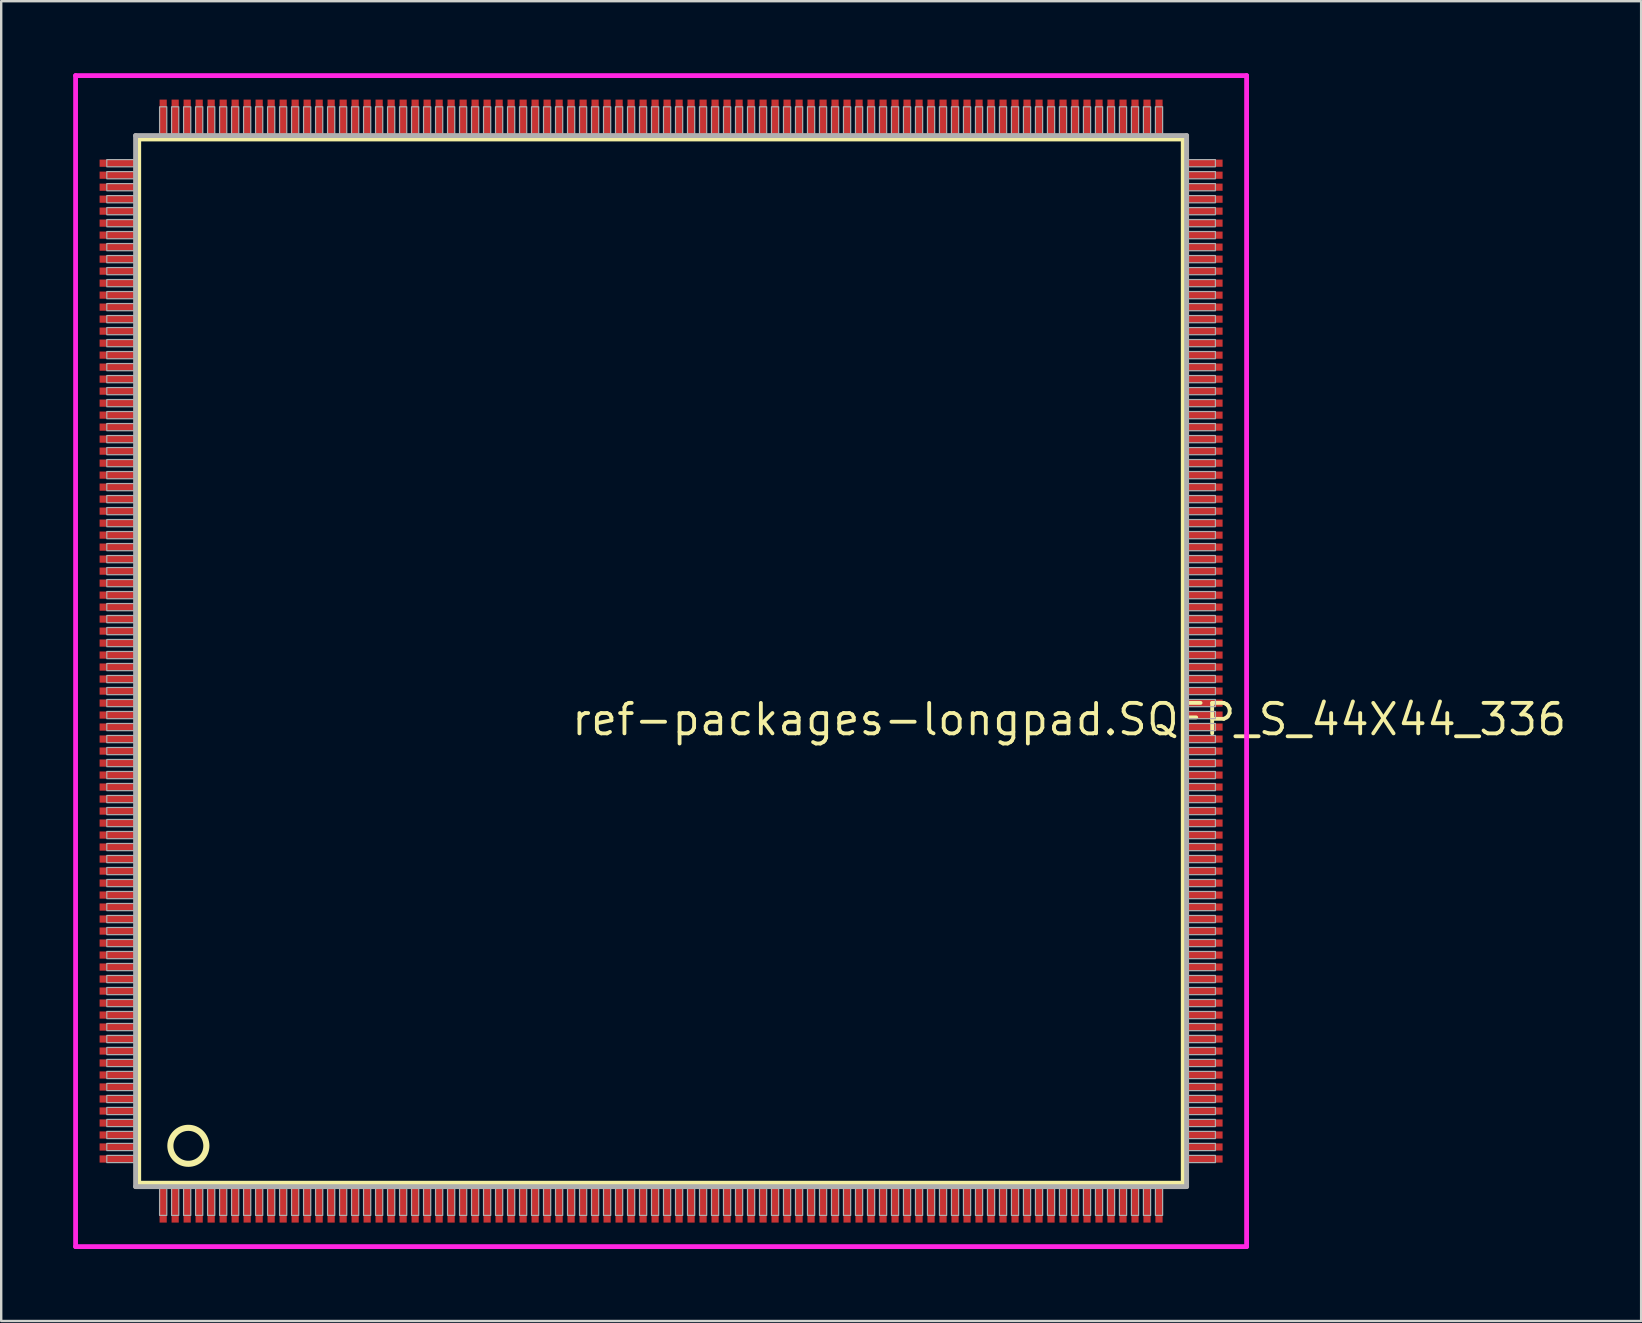
<source format=kicad_pcb>
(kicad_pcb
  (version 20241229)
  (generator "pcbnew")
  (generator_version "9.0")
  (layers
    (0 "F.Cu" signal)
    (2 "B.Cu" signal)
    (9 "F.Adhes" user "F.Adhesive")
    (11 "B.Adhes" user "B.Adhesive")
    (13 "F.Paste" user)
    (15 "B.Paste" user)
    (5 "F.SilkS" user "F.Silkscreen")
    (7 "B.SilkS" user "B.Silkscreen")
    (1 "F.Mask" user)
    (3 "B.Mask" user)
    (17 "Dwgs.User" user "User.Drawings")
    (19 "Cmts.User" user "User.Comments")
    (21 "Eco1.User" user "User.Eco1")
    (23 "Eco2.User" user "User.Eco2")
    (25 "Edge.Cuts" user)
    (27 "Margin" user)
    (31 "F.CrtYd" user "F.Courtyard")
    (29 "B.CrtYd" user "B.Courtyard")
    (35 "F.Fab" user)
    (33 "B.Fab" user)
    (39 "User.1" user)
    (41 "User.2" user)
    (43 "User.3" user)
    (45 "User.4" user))
  (footprint "ref-packages-longpad.SQFP_S_44X44_336"
    (layer "F.Cu")
    (at 24.5 24.5)
    (property "Reference" "ref-packages-longpad.SQFP_S_44X44_336" (at -3.81 3.175 0) (layer "F.SilkS") (effects (font (size 1.27 1.27) (thickness 0.16)) (justify left bottom)))
    (attr smd)
    (fp_line (start -21.77 -21.76) (end 21.76 -21.76) (stroke (width 0.203) (type default)) (layer "F.SilkS"))
    (fp_line (start -21.77 21.76) (end -21.77 -21.76) (stroke (width 0.203) (type default)) (layer "F.SilkS"))
    (fp_line (start 21.76 21.76) (end -21.77 21.76) (stroke (width 0.203) (type default)) (layer "F.SilkS"))
    (fp_line (start 21.76 -21.76) (end 21.76 21.76) (stroke (width 0.203) (type default)) (layer "F.SilkS"))
    (fp_circle (center -19.7 20.2) (end -18.95 20.2) (stroke (width 0.254) (type default)) (fill no) (layer "F.SilkS"))
    (fp_line (start -24.4 -24.4) (end 24.4 -24.4) (stroke (width 0.2) (type default)) (layer "F.CrtYd"))
    (fp_line (start -24.4 24.4) (end -24.4 -24.4) (stroke (width 0.2) (type default)) (layer "F.CrtYd"))
    (fp_line (start 24.4 -24.4) (end 24.4 24.4) (stroke (width 0.2) (type default)) (layer "F.CrtYd"))
    (fp_line (start 24.4 24.4) (end -24.4 24.4) (stroke (width 0.2) (type default)) (layer "F.CrtYd"))
    (fp_line (start -21.9 21.9) (end 21.9 21.9) (stroke (width 0.203) (type default)) (layer "F.Fab"))
    (fp_line (start -21.9 -21.9) (end -21.9 21.9) (stroke (width 0.203) (type default)) (layer "F.Fab"))
    (fp_line (start 21.9 21.9) (end 21.9 -21.9) (stroke (width 0.203) (type default)) (layer "F.Fab"))
    (fp_line (start 21.9 -21.9) (end -21.9 -21.9) (stroke (width 0.203) (type default)) (layer "F.Fab"))
    (fp_rect (start -23.1 -20.6) (end -21.95 -20.9) (stroke (width 0.05) (type default)) (fill no) (layer "F.Fab"))
    (fp_rect (start -23.1 -20.1) (end -21.95 -20.4) (stroke (width 0.05) (type default)) (fill no) (layer "F.Fab"))
    (fp_rect (start -23.1 -19.6) (end -21.95 -19.9) (stroke (width 0.05) (type default)) (fill no) (layer "F.Fab"))
    (fp_rect (start -23.1 -19.1) (end -21.95 -19.4) (stroke (width 0.05) (type default)) (fill no) (layer "F.Fab"))
    (fp_rect (start -23.1 -18.6) (end -21.95 -18.9) (stroke (width 0.05) (type default)) (fill no) (layer "F.Fab"))
    (fp_rect (start -23.1 -18.1) (end -21.95 -18.4) (stroke (width 0.05) (type default)) (fill no) (layer "F.Fab"))
    (fp_rect (start -23.1 -17.6) (end -21.95 -17.9) (stroke (width 0.05) (type default)) (fill no) (layer "F.Fab"))
    (fp_rect (start -23.1 -17.1) (end -21.95 -17.4) (stroke (width 0.05) (type default)) (fill no) (layer "F.Fab"))
    (fp_rect (start -23.1 -16.6) (end -21.95 -16.9) (stroke (width 0.05) (type default)) (fill no) (layer "F.Fab"))
    (fp_rect (start -23.1 -16.1) (end -21.95 -16.4) (stroke (width 0.05) (type default)) (fill no) (layer "F.Fab"))
    (fp_rect (start -23.1 -15.6) (end -21.95 -15.9) (stroke (width 0.05) (type default)) (fill no) (layer "F.Fab"))
    (fp_rect (start -23.1 -15.1) (end -21.95 -15.4) (stroke (width 0.05) (type default)) (fill no) (layer "F.Fab"))
    (fp_rect (start -23.1 -14.6) (end -21.95 -14.9) (stroke (width 0.05) (type default)) (fill no) (layer "F.Fab"))
    (fp_rect (start -23.1 -14.1) (end -21.95 -14.4) (stroke (width 0.05) (type default)) (fill no) (layer "F.Fab"))
    (fp_rect (start -23.1 -13.6) (end -21.95 -13.9) (stroke (width 0.05) (type default)) (fill no) (layer "F.Fab"))
    (fp_rect (start -23.1 -13.1) (end -21.95 -13.4) (stroke (width 0.05) (type default)) (fill no) (layer "F.Fab"))
    (fp_rect (start -23.1 -12.6) (end -21.95 -12.9) (stroke (width 0.05) (type default)) (fill no) (layer "F.Fab"))
    (fp_rect (start -23.1 -12.1) (end -21.95 -12.4) (stroke (width 0.05) (type default)) (fill no) (layer "F.Fab"))
    (fp_rect (start -23.1 -11.6) (end -21.95 -11.9) (stroke (width 0.05) (type default)) (fill no) (layer "F.Fab"))
    (fp_rect (start -23.1 -11.1) (end -21.95 -11.4) (stroke (width 0.05) (type default)) (fill no) (layer "F.Fab"))
    (fp_rect (start -23.1 -10.6) (end -21.95 -10.9) (stroke (width 0.05) (type default)) (fill no) (layer "F.Fab"))
    (fp_rect (start -23.1 -10.1) (end -21.95 -10.4) (stroke (width 0.05) (type default)) (fill no) (layer "F.Fab"))
    (fp_rect (start -23.1 -9.6) (end -21.95 -9.9) (stroke (width 0.05) (type default)) (fill no) (layer "F.Fab"))
    (fp_rect (start -23.1 -9.1) (end -21.95 -9.4) (stroke (width 0.05) (type default)) (fill no) (layer "F.Fab"))
    (fp_rect (start -23.1 -8.6) (end -21.95 -8.9) (stroke (width 0.05) (type default)) (fill no) (layer "F.Fab"))
    (fp_rect (start -23.1 -8.1) (end -21.95 -8.4) (stroke (width 0.05) (type default)) (fill no) (layer "F.Fab"))
    (fp_rect (start -23.1 -7.6) (end -21.95 -7.9) (stroke (width 0.05) (type default)) (fill no) (layer "F.Fab"))
    (fp_rect (start -23.1 -7.1) (end -21.95 -7.4) (stroke (width 0.05) (type default)) (fill no) (layer "F.Fab"))
    (fp_rect (start -23.1 -6.6) (end -21.95 -6.9) (stroke (width 0.05) (type default)) (fill no) (layer "F.Fab"))
    (fp_rect (start -23.1 -6.1) (end -21.95 -6.4) (stroke (width 0.05) (type default)) (fill no) (layer "F.Fab"))
    (fp_rect (start -23.1 -5.6) (end -21.95 -5.9) (stroke (width 0.05) (type default)) (fill no) (layer "F.Fab"))
    (fp_rect (start -23.1 -5.1) (end -21.95 -5.4) (stroke (width 0.05) (type default)) (fill no) (layer "F.Fab"))
    (fp_rect (start -23.1 -4.6) (end -21.95 -4.9) (stroke (width 0.05) (type default)) (fill no) (layer "F.Fab"))
    (fp_rect (start -23.1 -4.1) (end -21.95 -4.4) (stroke (width 0.05) (type default)) (fill no) (layer "F.Fab"))
    (fp_rect (start -23.1 -3.6) (end -21.95 -3.9) (stroke (width 0.05) (type default)) (fill no) (layer "F.Fab"))
    (fp_rect (start -23.1 -3.1) (end -21.95 -3.4) (stroke (width 0.05) (type default)) (fill no) (layer "F.Fab"))
    (fp_rect (start -23.1 -2.6) (end -21.95 -2.9) (stroke (width 0.05) (type default)) (fill no) (layer "F.Fab"))
    (fp_rect (start -23.1 -2.1) (end -21.95 -2.4) (stroke (width 0.05) (type default)) (fill no) (layer "F.Fab"))
    (fp_rect (start -23.1 -1.6) (end -21.95 -1.9) (stroke (width 0.05) (type default)) (fill no) (layer "F.Fab"))
    (fp_rect (start -23.1 -1.1) (end -21.95 -1.4) (stroke (width 0.05) (type default)) (fill no) (layer "F.Fab"))
    (fp_rect (start -23.1 -0.6) (end -21.95 -0.9) (stroke (width 0.05) (type default)) (fill no) (layer "F.Fab"))
    (fp_rect (start -23.1 -0.1) (end -21.95 -0.4) (stroke (width 0.05) (type default)) (fill no) (layer "F.Fab"))
    (fp_rect (start -23.1 0.4) (end -21.95 0.1) (stroke (width 0.05) (type default)) (fill no) (layer "F.Fab"))
    (fp_rect (start -23.1 0.9) (end -21.95 0.6) (stroke (width 0.05) (type default)) (fill no) (layer "F.Fab"))
    (fp_rect (start -23.1 1.4) (end -21.95 1.1) (stroke (width 0.05) (type default)) (fill no) (layer "F.Fab"))
    (fp_rect (start -23.1 1.9) (end -21.95 1.6) (stroke (width 0.05) (type default)) (fill no) (layer "F.Fab"))
    (fp_rect (start -23.1 2.4) (end -21.95 2.1) (stroke (width 0.05) (type default)) (fill no) (layer "F.Fab"))
    (fp_rect (start -23.1 2.9) (end -21.95 2.6) (stroke (width 0.05) (type default)) (fill no) (layer "F.Fab"))
    (fp_rect (start -23.1 3.4) (end -21.95 3.1) (stroke (width 0.05) (type default)) (fill no) (layer "F.Fab"))
    (fp_rect (start -23.1 3.9) (end -21.95 3.6) (stroke (width 0.05) (type default)) (fill no) (layer "F.Fab"))
    (fp_rect (start -23.1 4.4) (end -21.95 4.1) (stroke (width 0.05) (type default)) (fill no) (layer "F.Fab"))
    (fp_rect (start -23.1 4.9) (end -21.95 4.6) (stroke (width 0.05) (type default)) (fill no) (layer "F.Fab"))
    (fp_rect (start -23.1 5.4) (end -21.95 5.1) (stroke (width 0.05) (type default)) (fill no) (layer "F.Fab"))
    (fp_rect (start -23.1 5.9) (end -21.95 5.6) (stroke (width 0.05) (type default)) (fill no) (layer "F.Fab"))
    (fp_rect (start -23.1 6.4) (end -21.95 6.1) (stroke (width 0.05) (type default)) (fill no) (layer "F.Fab"))
    (fp_rect (start -23.1 6.9) (end -21.95 6.6) (stroke (width 0.05) (type default)) (fill no) (layer "F.Fab"))
    (fp_rect (start -23.1 7.4) (end -21.95 7.1) (stroke (width 0.05) (type default)) (fill no) (layer "F.Fab"))
    (fp_rect (start -23.1 7.9) (end -21.95 7.6) (stroke (width 0.05) (type default)) (fill no) (layer "F.Fab"))
    (fp_rect (start -23.1 8.4) (end -21.95 8.1) (stroke (width 0.05) (type default)) (fill no) (layer "F.Fab"))
    (fp_rect (start -23.1 8.9) (end -21.95 8.6) (stroke (width 0.05) (type default)) (fill no) (layer "F.Fab"))
    (fp_rect (start -23.1 9.4) (end -21.95 9.1) (stroke (width 0.05) (type default)) (fill no) (layer "F.Fab"))
    (fp_rect (start -23.1 9.9) (end -21.95 9.6) (stroke (width 0.05) (type default)) (fill no) (layer "F.Fab"))
    (fp_rect (start -23.1 10.4) (end -21.95 10.1) (stroke (width 0.05) (type default)) (fill no) (layer "F.Fab"))
    (fp_rect (start -23.1 10.9) (end -21.95 10.6) (stroke (width 0.05) (type default)) (fill no) (layer "F.Fab"))
    (fp_rect (start -23.1 11.4) (end -21.95 11.1) (stroke (width 0.05) (type default)) (fill no) (layer "F.Fab"))
    (fp_rect (start -23.1 11.9) (end -21.95 11.6) (stroke (width 0.05) (type default)) (fill no) (layer "F.Fab"))
    (fp_rect (start -23.1 12.4) (end -21.95 12.1) (stroke (width 0.05) (type default)) (fill no) (layer "F.Fab"))
    (fp_rect (start -23.1 12.9) (end -21.95 12.6) (stroke (width 0.05) (type default)) (fill no) (layer "F.Fab"))
    (fp_rect (start -23.1 13.4) (end -21.95 13.1) (stroke (width 0.05) (type default)) (fill no) (layer "F.Fab"))
    (fp_rect (start -23.1 13.9) (end -21.95 13.6) (stroke (width 0.05) (type default)) (fill no) (layer "F.Fab"))
    (fp_rect (start -23.1 14.4) (end -21.95 14.1) (stroke (width 0.05) (type default)) (fill no) (layer "F.Fab"))
    (fp_rect (start -23.1 14.9) (end -21.95 14.6) (stroke (width 0.05) (type default)) (fill no) (layer "F.Fab"))
    (fp_rect (start -23.1 15.4) (end -21.95 15.1) (stroke (width 0.05) (type default)) (fill no) (layer "F.Fab"))
    (fp_rect (start -23.1 15.9) (end -21.95 15.6) (stroke (width 0.05) (type default)) (fill no) (layer "F.Fab"))
    (fp_rect (start -23.1 16.4) (end -21.95 16.1) (stroke (width 0.05) (type default)) (fill no) (layer "F.Fab"))
    (fp_rect (start -23.1 16.9) (end -21.95 16.6) (stroke (width 0.05) (type default)) (fill no) (layer "F.Fab"))
    (fp_rect (start -23.1 17.4) (end -21.95 17.1) (stroke (width 0.05) (type default)) (fill no) (layer "F.Fab"))
    (fp_rect (start -23.1 17.9) (end -21.95 17.6) (stroke (width 0.05) (type default)) (fill no) (layer "F.Fab"))
    (fp_rect (start -23.1 18.4) (end -21.95 18.1) (stroke (width 0.05) (type default)) (fill no) (layer "F.Fab"))
    (fp_rect (start -23.1 18.9) (end -21.95 18.6) (stroke (width 0.05) (type default)) (fill no) (layer "F.Fab"))
    (fp_rect (start -23.1 19.4) (end -21.95 19.1) (stroke (width 0.05) (type default)) (fill no) (layer "F.Fab"))
    (fp_rect (start -23.1 19.9) (end -21.95 19.6) (stroke (width 0.05) (type default)) (fill no) (layer "F.Fab"))
    (fp_rect (start -23.1 20.4) (end -21.95 20.1) (stroke (width 0.05) (type default)) (fill no) (layer "F.Fab"))
    (fp_rect (start -23.1 20.9) (end -21.95 20.6) (stroke (width 0.05) (type default)) (fill no) (layer "F.Fab"))
    (fp_rect (start -20.9 -21.95) (end -20.6 -23.1) (stroke (width 0.05) (type default)) (fill no) (layer "F.Fab"))
    (fp_rect (start -20.9 23.1) (end -20.6 21.95) (stroke (width 0.05) (type default)) (fill no) (layer "F.Fab"))
    (fp_rect (start -20.4 -21.95) (end -20.1 -23.1) (stroke (width 0.05) (type default)) (fill no) (layer "F.Fab"))
    (fp_rect (start -20.4 23.1) (end -20.1 21.95) (stroke (width 0.05) (type default)) (fill no) (layer "F.Fab"))
    (fp_rect (start -19.9 -21.95) (end -19.6 -23.1) (stroke (width 0.05) (type default)) (fill no) (layer "F.Fab"))
    (fp_rect (start -19.9 23.1) (end -19.6 21.95) (stroke (width 0.05) (type default)) (fill no) (layer "F.Fab"))
    (fp_rect (start -19.4 -21.95) (end -19.1 -23.1) (stroke (width 0.05) (type default)) (fill no) (layer "F.Fab"))
    (fp_rect (start -19.4 23.1) (end -19.1 21.95) (stroke (width 0.05) (type default)) (fill no) (layer "F.Fab"))
    (fp_rect (start -18.9 -21.95) (end -18.6 -23.1) (stroke (width 0.05) (type default)) (fill no) (layer "F.Fab"))
    (fp_rect (start -18.9 23.1) (end -18.6 21.95) (stroke (width 0.05) (type default)) (fill no) (layer "F.Fab"))
    (fp_rect (start -18.4 -21.95) (end -18.1 -23.1) (stroke (width 0.05) (type default)) (fill no) (layer "F.Fab"))
    (fp_rect (start -18.4 23.1) (end -18.1 21.95) (stroke (width 0.05) (type default)) (fill no) (layer "F.Fab"))
    (fp_rect (start -17.9 -21.95) (end -17.6 -23.1) (stroke (width 0.05) (type default)) (fill no) (layer "F.Fab"))
    (fp_rect (start -17.9 23.1) (end -17.6 21.95) (stroke (width 0.05) (type default)) (fill no) (layer "F.Fab"))
    (fp_rect (start -17.4 -21.95) (end -17.1 -23.1) (stroke (width 0.05) (type default)) (fill no) (layer "F.Fab"))
    (fp_rect (start -17.4 23.1) (end -17.1 21.95) (stroke (width 0.05) (type default)) (fill no) (layer "F.Fab"))
    (fp_rect (start -16.9 -21.95) (end -16.6 -23.1) (stroke (width 0.05) (type default)) (fill no) (layer "F.Fab"))
    (fp_rect (start -16.9 23.1) (end -16.6 21.95) (stroke (width 0.05) (type default)) (fill no) (layer "F.Fab"))
    (fp_rect (start -16.4 -21.95) (end -16.1 -23.1) (stroke (width 0.05) (type default)) (fill no) (layer "F.Fab"))
    (fp_rect (start -16.4 23.1) (end -16.1 21.95) (stroke (width 0.05) (type default)) (fill no) (layer "F.Fab"))
    (fp_rect (start -15.9 -21.95) (end -15.6 -23.1) (stroke (width 0.05) (type default)) (fill no) (layer "F.Fab"))
    (fp_rect (start -15.9 23.1) (end -15.6 21.95) (stroke (width 0.05) (type default)) (fill no) (layer "F.Fab"))
    (fp_rect (start -15.4 -21.95) (end -15.1 -23.1) (stroke (width 0.05) (type default)) (fill no) (layer "F.Fab"))
    (fp_rect (start -15.4 23.1) (end -15.1 21.95) (stroke (width 0.05) (type default)) (fill no) (layer "F.Fab"))
    (fp_rect (start -14.9 -21.95) (end -14.6 -23.1) (stroke (width 0.05) (type default)) (fill no) (layer "F.Fab"))
    (fp_rect (start -14.9 23.1) (end -14.6 21.95) (stroke (width 0.05) (type default)) (fill no) (layer "F.Fab"))
    (fp_rect (start -14.4 -21.95) (end -14.1 -23.1) (stroke (width 0.05) (type default)) (fill no) (layer "F.Fab"))
    (fp_rect (start -14.4 23.1) (end -14.1 21.95) (stroke (width 0.05) (type default)) (fill no) (layer "F.Fab"))
    (fp_rect (start -13.9 -21.95) (end -13.6 -23.1) (stroke (width 0.05) (type default)) (fill no) (layer "F.Fab"))
    (fp_rect (start -13.9 23.1) (end -13.6 21.95) (stroke (width 0.05) (type default)) (fill no) (layer "F.Fab"))
    (fp_rect (start -13.4 -21.95) (end -13.1 -23.1) (stroke (width 0.05) (type default)) (fill no) (layer "F.Fab"))
    (fp_rect (start -13.4 23.1) (end -13.1 21.95) (stroke (width 0.05) (type default)) (fill no) (layer "F.Fab"))
    (fp_rect (start -12.9 -21.95) (end -12.6 -23.1) (stroke (width 0.05) (type default)) (fill no) (layer "F.Fab"))
    (fp_rect (start -12.9 23.1) (end -12.6 21.95) (stroke (width 0.05) (type default)) (fill no) (layer "F.Fab"))
    (fp_rect (start -12.4 -21.95) (end -12.1 -23.1) (stroke (width 0.05) (type default)) (fill no) (layer "F.Fab"))
    (fp_rect (start -12.4 23.1) (end -12.1 21.95) (stroke (width 0.05) (type default)) (fill no) (layer "F.Fab"))
    (fp_rect (start -11.9 -21.95) (end -11.6 -23.1) (stroke (width 0.05) (type default)) (fill no) (layer "F.Fab"))
    (fp_rect (start -11.9 23.1) (end -11.6 21.95) (stroke (width 0.05) (type default)) (fill no) (layer "F.Fab"))
    (fp_rect (start -11.4 -21.95) (end -11.1 -23.1) (stroke (width 0.05) (type default)) (fill no) (layer "F.Fab"))
    (fp_rect (start -11.4 23.1) (end -11.1 21.95) (stroke (width 0.05) (type default)) (fill no) (layer "F.Fab"))
    (fp_rect (start -10.9 -21.95) (end -10.6 -23.1) (stroke (width 0.05) (type default)) (fill no) (layer "F.Fab"))
    (fp_rect (start -10.9 23.1) (end -10.6 21.95) (stroke (width 0.05) (type default)) (fill no) (layer "F.Fab"))
    (fp_rect (start -10.4 -21.95) (end -10.1 -23.1) (stroke (width 0.05) (type default)) (fill no) (layer "F.Fab"))
    (fp_rect (start -10.4 23.1) (end -10.1 21.95) (stroke (width 0.05) (type default)) (fill no) (layer "F.Fab"))
    (fp_rect (start -9.9 -21.95) (end -9.6 -23.1) (stroke (width 0.05) (type default)) (fill no) (layer "F.Fab"))
    (fp_rect (start -9.9 23.1) (end -9.6 21.95) (stroke (width 0.05) (type default)) (fill no) (layer "F.Fab"))
    (fp_rect (start -9.4 -21.95) (end -9.1 -23.1) (stroke (width 0.05) (type default)) (fill no) (layer "F.Fab"))
    (fp_rect (start -9.4 23.1) (end -9.1 21.95) (stroke (width 0.05) (type default)) (fill no) (layer "F.Fab"))
    (fp_rect (start -8.9 -21.95) (end -8.6 -23.1) (stroke (width 0.05) (type default)) (fill no) (layer "F.Fab"))
    (fp_rect (start -8.9 23.1) (end -8.6 21.95) (stroke (width 0.05) (type default)) (fill no) (layer "F.Fab"))
    (fp_rect (start -8.4 -21.95) (end -8.1 -23.1) (stroke (width 0.05) (type default)) (fill no) (layer "F.Fab"))
    (fp_rect (start -8.4 23.1) (end -8.1 21.95) (stroke (width 0.05) (type default)) (fill no) (layer "F.Fab"))
    (fp_rect (start -7.9 -21.95) (end -7.6 -23.1) (stroke (width 0.05) (type default)) (fill no) (layer "F.Fab"))
    (fp_rect (start -7.9 23.1) (end -7.6 21.95) (stroke (width 0.05) (type default)) (fill no) (layer "F.Fab"))
    (fp_rect (start -7.4 -21.95) (end -7.1 -23.1) (stroke (width 0.05) (type default)) (fill no) (layer "F.Fab"))
    (fp_rect (start -7.4 23.1) (end -7.1 21.95) (stroke (width 0.05) (type default)) (fill no) (layer "F.Fab"))
    (fp_rect (start -6.9 -21.95) (end -6.6 -23.1) (stroke (width 0.05) (type default)) (fill no) (layer "F.Fab"))
    (fp_rect (start -6.9 23.1) (end -6.6 21.95) (stroke (width 0.05) (type default)) (fill no) (layer "F.Fab"))
    (fp_rect (start -6.4 -21.95) (end -6.1 -23.1) (stroke (width 0.05) (type default)) (fill no) (layer "F.Fab"))
    (fp_rect (start -6.4 23.1) (end -6.1 21.95) (stroke (width 0.05) (type default)) (fill no) (layer "F.Fab"))
    (fp_rect (start -5.9 -21.95) (end -5.6 -23.1) (stroke (width 0.05) (type default)) (fill no) (layer "F.Fab"))
    (fp_rect (start -5.9 23.1) (end -5.6 21.95) (stroke (width 0.05) (type default)) (fill no) (layer "F.Fab"))
    (fp_rect (start -5.4 -21.95) (end -5.1 -23.1) (stroke (width 0.05) (type default)) (fill no) (layer "F.Fab"))
    (fp_rect (start -5.4 23.1) (end -5.1 21.95) (stroke (width 0.05) (type default)) (fill no) (layer "F.Fab"))
    (fp_rect (start -4.9 -21.95) (end -4.6 -23.1) (stroke (width 0.05) (type default)) (fill no) (layer "F.Fab"))
    (fp_rect (start -4.9 23.1) (end -4.6 21.95) (stroke (width 0.05) (type default)) (fill no) (layer "F.Fab"))
    (fp_rect (start -4.4 -21.95) (end -4.1 -23.1) (stroke (width 0.05) (type default)) (fill no) (layer "F.Fab"))
    (fp_rect (start -4.4 23.1) (end -4.1 21.95) (stroke (width 0.05) (type default)) (fill no) (layer "F.Fab"))
    (fp_rect (start -3.9 -21.95) (end -3.6 -23.1) (stroke (width 0.05) (type default)) (fill no) (layer "F.Fab"))
    (fp_rect (start -3.9 23.1) (end -3.6 21.95) (stroke (width 0.05) (type default)) (fill no) (layer "F.Fab"))
    (fp_rect (start -3.4 -21.95) (end -3.1 -23.1) (stroke (width 0.05) (type default)) (fill no) (layer "F.Fab"))
    (fp_rect (start -3.4 23.1) (end -3.1 21.95) (stroke (width 0.05) (type default)) (fill no) (layer "F.Fab"))
    (fp_rect (start -2.9 -21.95) (end -2.6 -23.1) (stroke (width 0.05) (type default)) (fill no) (layer "F.Fab"))
    (fp_rect (start -2.9 23.1) (end -2.6 21.95) (stroke (width 0.05) (type default)) (fill no) (layer "F.Fab"))
    (fp_rect (start -2.4 -21.95) (end -2.1 -23.1) (stroke (width 0.05) (type default)) (fill no) (layer "F.Fab"))
    (fp_rect (start -2.4 23.1) (end -2.1 21.95) (stroke (width 0.05) (type default)) (fill no) (layer "F.Fab"))
    (fp_rect (start -1.9 -21.95) (end -1.6 -23.1) (stroke (width 0.05) (type default)) (fill no) (layer "F.Fab"))
    (fp_rect (start -1.9 23.1) (end -1.6 21.95) (stroke (width 0.05) (type default)) (fill no) (layer "F.Fab"))
    (fp_rect (start -1.4 -21.95) (end -1.1 -23.1) (stroke (width 0.05) (type default)) (fill no) (layer "F.Fab"))
    (fp_rect (start -1.4 23.1) (end -1.1 21.95) (stroke (width 0.05) (type default)) (fill no) (layer "F.Fab"))
    (fp_rect (start -0.9 -21.95) (end -0.6 -23.1) (stroke (width 0.05) (type default)) (fill no) (layer "F.Fab"))
    (fp_rect (start -0.9 23.1) (end -0.6 21.95) (stroke (width 0.05) (type default)) (fill no) (layer "F.Fab"))
    (fp_rect (start -0.4 -21.95) (end -0.1 -23.1) (stroke (width 0.05) (type default)) (fill no) (layer "F.Fab"))
    (fp_rect (start -0.4 23.1) (end -0.1 21.95) (stroke (width 0.05) (type default)) (fill no) (layer "F.Fab"))
    (fp_rect (start 0.1 -21.95) (end 0.4 -23.1) (stroke (width 0.05) (type default)) (fill no) (layer "F.Fab"))
    (fp_rect (start 0.1 23.1) (end 0.4 21.95) (stroke (width 0.05) (type default)) (fill no) (layer "F.Fab"))
    (fp_rect (start 0.6 -21.95) (end 0.9 -23.1) (stroke (width 0.05) (type default)) (fill no) (layer "F.Fab"))
    (fp_rect (start 0.6 23.1) (end 0.9 21.95) (stroke (width 0.05) (type default)) (fill no) (layer "F.Fab"))
    (fp_rect (start 1.1 -21.95) (end 1.4 -23.1) (stroke (width 0.05) (type default)) (fill no) (layer "F.Fab"))
    (fp_rect (start 1.1 23.1) (end 1.4 21.95) (stroke (width 0.05) (type default)) (fill no) (layer "F.Fab"))
    (fp_rect (start 1.6 -21.95) (end 1.9 -23.1) (stroke (width 0.05) (type default)) (fill no) (layer "F.Fab"))
    (fp_rect (start 1.6 23.1) (end 1.9 21.95) (stroke (width 0.05) (type default)) (fill no) (layer "F.Fab"))
    (fp_rect (start 2.1 -21.95) (end 2.4 -23.1) (stroke (width 0.05) (type default)) (fill no) (layer "F.Fab"))
    (fp_rect (start 2.1 23.1) (end 2.4 21.95) (stroke (width 0.05) (type default)) (fill no) (layer "F.Fab"))
    (fp_rect (start 2.6 -21.95) (end 2.9 -23.1) (stroke (width 0.05) (type default)) (fill no) (layer "F.Fab"))
    (fp_rect (start 2.6 23.1) (end 2.9 21.95) (stroke (width 0.05) (type default)) (fill no) (layer "F.Fab"))
    (fp_rect (start 3.1 -21.95) (end 3.4 -23.1) (stroke (width 0.05) (type default)) (fill no) (layer "F.Fab"))
    (fp_rect (start 3.1 23.1) (end 3.4 21.95) (stroke (width 0.05) (type default)) (fill no) (layer "F.Fab"))
    (fp_rect (start 3.6 -21.95) (end 3.9 -23.1) (stroke (width 0.05) (type default)) (fill no) (layer "F.Fab"))
    (fp_rect (start 3.6 23.1) (end 3.9 21.95) (stroke (width 0.05) (type default)) (fill no) (layer "F.Fab"))
    (fp_rect (start 4.1 -21.95) (end 4.4 -23.1) (stroke (width 0.05) (type default)) (fill no) (layer "F.Fab"))
    (fp_rect (start 4.1 23.1) (end 4.4 21.95) (stroke (width 0.05) (type default)) (fill no) (layer "F.Fab"))
    (fp_rect (start 4.6 -21.95) (end 4.9 -23.1) (stroke (width 0.05) (type default)) (fill no) (layer "F.Fab"))
    (fp_rect (start 4.6 23.1) (end 4.9 21.95) (stroke (width 0.05) (type default)) (fill no) (layer "F.Fab"))
    (fp_rect (start 5.1 -21.95) (end 5.4 -23.1) (stroke (width 0.05) (type default)) (fill no) (layer "F.Fab"))
    (fp_rect (start 5.1 23.1) (end 5.4 21.95) (stroke (width 0.05) (type default)) (fill no) (layer "F.Fab"))
    (fp_rect (start 5.6 -21.95) (end 5.9 -23.1) (stroke (width 0.05) (type default)) (fill no) (layer "F.Fab"))
    (fp_rect (start 5.6 23.1) (end 5.9 21.95) (stroke (width 0.05) (type default)) (fill no) (layer "F.Fab"))
    (fp_rect (start 6.1 -21.95) (end 6.4 -23.1) (stroke (width 0.05) (type default)) (fill no) (layer "F.Fab"))
    (fp_rect (start 6.1 23.1) (end 6.4 21.95) (stroke (width 0.05) (type default)) (fill no) (layer "F.Fab"))
    (fp_rect (start 6.6 -21.95) (end 6.9 -23.1) (stroke (width 0.05) (type default)) (fill no) (layer "F.Fab"))
    (fp_rect (start 6.6 23.1) (end 6.9 21.95) (stroke (width 0.05) (type default)) (fill no) (layer "F.Fab"))
    (fp_rect (start 7.1 -21.95) (end 7.4 -23.1) (stroke (width 0.05) (type default)) (fill no) (layer "F.Fab"))
    (fp_rect (start 7.1 23.1) (end 7.4 21.95) (stroke (width 0.05) (type default)) (fill no) (layer "F.Fab"))
    (fp_rect (start 7.6 -21.95) (end 7.9 -23.1) (stroke (width 0.05) (type default)) (fill no) (layer "F.Fab"))
    (fp_rect (start 7.6 23.1) (end 7.9 21.95) (stroke (width 0.05) (type default)) (fill no) (layer "F.Fab"))
    (fp_rect (start 8.1 -21.95) (end 8.4 -23.1) (stroke (width 0.05) (type default)) (fill no) (layer "F.Fab"))
    (fp_rect (start 8.1 23.1) (end 8.4 21.95) (stroke (width 0.05) (type default)) (fill no) (layer "F.Fab"))
    (fp_rect (start 8.6 -21.95) (end 8.9 -23.1) (stroke (width 0.05) (type default)) (fill no) (layer "F.Fab"))
    (fp_rect (start 8.6 23.1) (end 8.9 21.95) (stroke (width 0.05) (type default)) (fill no) (layer "F.Fab"))
    (fp_rect (start 9.1 -21.95) (end 9.4 -23.1) (stroke (width 0.05) (type default)) (fill no) (layer "F.Fab"))
    (fp_rect (start 9.1 23.1) (end 9.4 21.95) (stroke (width 0.05) (type default)) (fill no) (layer "F.Fab"))
    (fp_rect (start 9.6 -21.95) (end 9.9 -23.1) (stroke (width 0.05) (type default)) (fill no) (layer "F.Fab"))
    (fp_rect (start 9.6 23.1) (end 9.9 21.95) (stroke (width 0.05) (type default)) (fill no) (layer "F.Fab"))
    (fp_rect (start 10.1 -21.95) (end 10.4 -23.1) (stroke (width 0.05) (type default)) (fill no) (layer "F.Fab"))
    (fp_rect (start 10.1 23.1) (end 10.4 21.95) (stroke (width 0.05) (type default)) (fill no) (layer "F.Fab"))
    (fp_rect (start 10.6 -21.95) (end 10.9 -23.1) (stroke (width 0.05) (type default)) (fill no) (layer "F.Fab"))
    (fp_rect (start 10.6 23.1) (end 10.9 21.95) (stroke (width 0.05) (type default)) (fill no) (layer "F.Fab"))
    (fp_rect (start 11.1 -21.95) (end 11.4 -23.1) (stroke (width 0.05) (type default)) (fill no) (layer "F.Fab"))
    (fp_rect (start 11.1 23.1) (end 11.4 21.95) (stroke (width 0.05) (type default)) (fill no) (layer "F.Fab"))
    (fp_rect (start 11.6 -21.95) (end 11.9 -23.1) (stroke (width 0.05) (type default)) (fill no) (layer "F.Fab"))
    (fp_rect (start 11.6 23.1) (end 11.9 21.95) (stroke (width 0.05) (type default)) (fill no) (layer "F.Fab"))
    (fp_rect (start 12.1 -21.95) (end 12.4 -23.1) (stroke (width 0.05) (type default)) (fill no) (layer "F.Fab"))
    (fp_rect (start 12.1 23.1) (end 12.4 21.95) (stroke (width 0.05) (type default)) (fill no) (layer "F.Fab"))
    (fp_rect (start 12.6 -21.95) (end 12.9 -23.1) (stroke (width 0.05) (type default)) (fill no) (layer "F.Fab"))
    (fp_rect (start 12.6 23.1) (end 12.9 21.95) (stroke (width 0.05) (type default)) (fill no) (layer "F.Fab"))
    (fp_rect (start 13.1 -21.95) (end 13.4 -23.1) (stroke (width 0.05) (type default)) (fill no) (layer "F.Fab"))
    (fp_rect (start 13.1 23.1) (end 13.4 21.95) (stroke (width 0.05) (type default)) (fill no) (layer "F.Fab"))
    (fp_rect (start 13.6 -21.95) (end 13.9 -23.1) (stroke (width 0.05) (type default)) (fill no) (layer "F.Fab"))
    (fp_rect (start 13.6 23.1) (end 13.9 21.95) (stroke (width 0.05) (type default)) (fill no) (layer "F.Fab"))
    (fp_rect (start 14.1 -21.95) (end 14.4 -23.1) (stroke (width 0.05) (type default)) (fill no) (layer "F.Fab"))
    (fp_rect (start 14.1 23.1) (end 14.4 21.95) (stroke (width 0.05) (type default)) (fill no) (layer "F.Fab"))
    (fp_rect (start 14.6 -21.95) (end 14.9 -23.1) (stroke (width 0.05) (type default)) (fill no) (layer "F.Fab"))
    (fp_rect (start 14.6 23.1) (end 14.9 21.95) (stroke (width 0.05) (type default)) (fill no) (layer "F.Fab"))
    (fp_rect (start 15.1 -21.95) (end 15.4 -23.1) (stroke (width 0.05) (type default)) (fill no) (layer "F.Fab"))
    (fp_rect (start 15.1 23.1) (end 15.4 21.95) (stroke (width 0.05) (type default)) (fill no) (layer "F.Fab"))
    (fp_rect (start 15.6 -21.95) (end 15.9 -23.1) (stroke (width 0.05) (type default)) (fill no) (layer "F.Fab"))
    (fp_rect (start 15.6 23.1) (end 15.9 21.95) (stroke (width 0.05) (type default)) (fill no) (layer "F.Fab"))
    (fp_rect (start 16.1 -21.95) (end 16.4 -23.1) (stroke (width 0.05) (type default)) (fill no) (layer "F.Fab"))
    (fp_rect (start 16.1 23.1) (end 16.4 21.95) (stroke (width 0.05) (type default)) (fill no) (layer "F.Fab"))
    (fp_rect (start 16.6 -21.95) (end 16.9 -23.1) (stroke (width 0.05) (type default)) (fill no) (layer "F.Fab"))
    (fp_rect (start 16.6 23.1) (end 16.9 21.95) (stroke (width 0.05) (type default)) (fill no) (layer "F.Fab"))
    (fp_rect (start 17.1 -21.95) (end 17.4 -23.1) (stroke (width 0.05) (type default)) (fill no) (layer "F.Fab"))
    (fp_rect (start 17.1 23.1) (end 17.4 21.95) (stroke (width 0.05) (type default)) (fill no) (layer "F.Fab"))
    (fp_rect (start 17.6 -21.95) (end 17.9 -23.1) (stroke (width 0.05) (type default)) (fill no) (layer "F.Fab"))
    (fp_rect (start 17.6 23.1) (end 17.9 21.95) (stroke (width 0.05) (type default)) (fill no) (layer "F.Fab"))
    (fp_rect (start 18.1 -21.95) (end 18.4 -23.1) (stroke (width 0.05) (type default)) (fill no) (layer "F.Fab"))
    (fp_rect (start 18.1 23.1) (end 18.4 21.95) (stroke (width 0.05) (type default)) (fill no) (layer "F.Fab"))
    (fp_rect (start 18.6 -21.95) (end 18.9 -23.1) (stroke (width 0.05) (type default)) (fill no) (layer "F.Fab"))
    (fp_rect (start 18.6 23.1) (end 18.9 21.95) (stroke (width 0.05) (type default)) (fill no) (layer "F.Fab"))
    (fp_rect (start 19.1 -21.95) (end 19.4 -23.1) (stroke (width 0.05) (type default)) (fill no) (layer "F.Fab"))
    (fp_rect (start 19.1 23.1) (end 19.4 21.95) (stroke (width 0.05) (type default)) (fill no) (layer "F.Fab"))
    (fp_rect (start 19.6 -21.95) (end 19.9 -23.1) (stroke (width 0.05) (type default)) (fill no) (layer "F.Fab"))
    (fp_rect (start 19.6 23.1) (end 19.9 21.95) (stroke (width 0.05) (type default)) (fill no) (layer "F.Fab"))
    (fp_rect (start 20.1 -21.95) (end 20.4 -23.1) (stroke (width 0.05) (type default)) (fill no) (layer "F.Fab"))
    (fp_rect (start 20.1 23.1) (end 20.4 21.95) (stroke (width 0.05) (type default)) (fill no) (layer "F.Fab"))
    (fp_rect (start 20.6 -21.95) (end 20.9 -23.1) (stroke (width 0.05) (type default)) (fill no) (layer "F.Fab"))
    (fp_rect (start 20.6 23.1) (end 20.9 21.95) (stroke (width 0.05) (type default)) (fill no) (layer "F.Fab"))
    (fp_rect (start 21.95 -20.6) (end 23.1 -20.9) (stroke (width 0.05) (type default)) (fill no) (layer "F.Fab"))
    (fp_rect (start 21.95 -20.1) (end 23.1 -20.4) (stroke (width 0.05) (type default)) (fill no) (layer "F.Fab"))
    (fp_rect (start 21.95 -19.6) (end 23.1 -19.9) (stroke (width 0.05) (type default)) (fill no) (layer "F.Fab"))
    (fp_rect (start 21.95 -19.1) (end 23.1 -19.4) (stroke (width 0.05) (type default)) (fill no) (layer "F.Fab"))
    (fp_rect (start 21.95 -18.6) (end 23.1 -18.9) (stroke (width 0.05) (type default)) (fill no) (layer "F.Fab"))
    (fp_rect (start 21.95 -18.1) (end 23.1 -18.4) (stroke (width 0.05) (type default)) (fill no) (layer "F.Fab"))
    (fp_rect (start 21.95 -17.6) (end 23.1 -17.9) (stroke (width 0.05) (type default)) (fill no) (layer "F.Fab"))
    (fp_rect (start 21.95 -17.1) (end 23.1 -17.4) (stroke (width 0.05) (type default)) (fill no) (layer "F.Fab"))
    (fp_rect (start 21.95 -16.6) (end 23.1 -16.9) (stroke (width 0.05) (type default)) (fill no) (layer "F.Fab"))
    (fp_rect (start 21.95 -16.1) (end 23.1 -16.4) (stroke (width 0.05) (type default)) (fill no) (layer "F.Fab"))
    (fp_rect (start 21.95 -15.6) (end 23.1 -15.9) (stroke (width 0.05) (type default)) (fill no) (layer "F.Fab"))
    (fp_rect (start 21.95 -15.1) (end 23.1 -15.4) (stroke (width 0.05) (type default)) (fill no) (layer "F.Fab"))
    (fp_rect (start 21.95 -14.6) (end 23.1 -14.9) (stroke (width 0.05) (type default)) (fill no) (layer "F.Fab"))
    (fp_rect (start 21.95 -14.1) (end 23.1 -14.4) (stroke (width 0.05) (type default)) (fill no) (layer "F.Fab"))
    (fp_rect (start 21.95 -13.6) (end 23.1 -13.9) (stroke (width 0.05) (type default)) (fill no) (layer "F.Fab"))
    (fp_rect (start 21.95 -13.1) (end 23.1 -13.4) (stroke (width 0.05) (type default)) (fill no) (layer "F.Fab"))
    (fp_rect (start 21.95 -12.6) (end 23.1 -12.9) (stroke (width 0.05) (type default)) (fill no) (layer "F.Fab"))
    (fp_rect (start 21.95 -12.1) (end 23.1 -12.4) (stroke (width 0.05) (type default)) (fill no) (layer "F.Fab"))
    (fp_rect (start 21.95 -11.6) (end 23.1 -11.9) (stroke (width 0.05) (type default)) (fill no) (layer "F.Fab"))
    (fp_rect (start 21.95 -11.1) (end 23.1 -11.4) (stroke (width 0.05) (type default)) (fill no) (layer "F.Fab"))
    (fp_rect (start 21.95 -10.6) (end 23.1 -10.9) (stroke (width 0.05) (type default)) (fill no) (layer "F.Fab"))
    (fp_rect (start 21.95 -10.1) (end 23.1 -10.4) (stroke (width 0.05) (type default)) (fill no) (layer "F.Fab"))
    (fp_rect (start 21.95 -9.6) (end 23.1 -9.9) (stroke (width 0.05) (type default)) (fill no) (layer "F.Fab"))
    (fp_rect (start 21.95 -9.1) (end 23.1 -9.4) (stroke (width 0.05) (type default)) (fill no) (layer "F.Fab"))
    (fp_rect (start 21.95 -8.6) (end 23.1 -8.9) (stroke (width 0.05) (type default)) (fill no) (layer "F.Fab"))
    (fp_rect (start 21.95 -8.1) (end 23.1 -8.4) (stroke (width 0.05) (type default)) (fill no) (layer "F.Fab"))
    (fp_rect (start 21.95 -7.6) (end 23.1 -7.9) (stroke (width 0.05) (type default)) (fill no) (layer "F.Fab"))
    (fp_rect (start 21.95 -7.1) (end 23.1 -7.4) (stroke (width 0.05) (type default)) (fill no) (layer "F.Fab"))
    (fp_rect (start 21.95 -6.6) (end 23.1 -6.9) (stroke (width 0.05) (type default)) (fill no) (layer "F.Fab"))
    (fp_rect (start 21.95 -6.1) (end 23.1 -6.4) (stroke (width 0.05) (type default)) (fill no) (layer "F.Fab"))
    (fp_rect (start 21.95 -5.6) (end 23.1 -5.9) (stroke (width 0.05) (type default)) (fill no) (layer "F.Fab"))
    (fp_rect (start 21.95 -5.1) (end 23.1 -5.4) (stroke (width 0.05) (type default)) (fill no) (layer "F.Fab"))
    (fp_rect (start 21.95 -4.6) (end 23.1 -4.9) (stroke (width 0.05) (type default)) (fill no) (layer "F.Fab"))
    (fp_rect (start 21.95 -4.1) (end 23.1 -4.4) (stroke (width 0.05) (type default)) (fill no) (layer "F.Fab"))
    (fp_rect (start 21.95 -3.6) (end 23.1 -3.9) (stroke (width 0.05) (type default)) (fill no) (layer "F.Fab"))
    (fp_rect (start 21.95 -3.1) (end 23.1 -3.4) (stroke (width 0.05) (type default)) (fill no) (layer "F.Fab"))
    (fp_rect (start 21.95 -2.6) (end 23.1 -2.9) (stroke (width 0.05) (type default)) (fill no) (layer "F.Fab"))
    (fp_rect (start 21.95 -2.1) (end 23.1 -2.4) (stroke (width 0.05) (type default)) (fill no) (layer "F.Fab"))
    (fp_rect (start 21.95 -1.6) (end 23.1 -1.9) (stroke (width 0.05) (type default)) (fill no) (layer "F.Fab"))
    (fp_rect (start 21.95 -1.1) (end 23.1 -1.4) (stroke (width 0.05) (type default)) (fill no) (layer "F.Fab"))
    (fp_rect (start 21.95 -0.6) (end 23.1 -0.9) (stroke (width 0.05) (type default)) (fill no) (layer "F.Fab"))
    (fp_rect (start 21.95 -0.1) (end 23.1 -0.4) (stroke (width 0.05) (type default)) (fill no) (layer "F.Fab"))
    (fp_rect (start 21.95 0.4) (end 23.1 0.1) (stroke (width 0.05) (type default)) (fill no) (layer "F.Fab"))
    (fp_rect (start 21.95 0.9) (end 23.1 0.6) (stroke (width 0.05) (type default)) (fill no) (layer "F.Fab"))
    (fp_rect (start 21.95 1.4) (end 23.1 1.1) (stroke (width 0.05) (type default)) (fill no) (layer "F.Fab"))
    (fp_rect (start 21.95 1.9) (end 23.1 1.6) (stroke (width 0.05) (type default)) (fill no) (layer "F.Fab"))
    (fp_rect (start 21.95 2.4) (end 23.1 2.1) (stroke (width 0.05) (type default)) (fill no) (layer "F.Fab"))
    (fp_rect (start 21.95 2.9) (end 23.1 2.6) (stroke (width 0.05) (type default)) (fill no) (layer "F.Fab"))
    (fp_rect (start 21.95 3.4) (end 23.1 3.1) (stroke (width 0.05) (type default)) (fill no) (layer "F.Fab"))
    (fp_rect (start 21.95 3.9) (end 23.1 3.6) (stroke (width 0.05) (type default)) (fill no) (layer "F.Fab"))
    (fp_rect (start 21.95 4.4) (end 23.1 4.1) (stroke (width 0.05) (type default)) (fill no) (layer "F.Fab"))
    (fp_rect (start 21.95 4.9) (end 23.1 4.6) (stroke (width 0.05) (type default)) (fill no) (layer "F.Fab"))
    (fp_rect (start 21.95 5.4) (end 23.1 5.1) (stroke (width 0.05) (type default)) (fill no) (layer "F.Fab"))
    (fp_rect (start 21.95 5.9) (end 23.1 5.6) (stroke (width 0.05) (type default)) (fill no) (layer "F.Fab"))
    (fp_rect (start 21.95 6.4) (end 23.1 6.1) (stroke (width 0.05) (type default)) (fill no) (layer "F.Fab"))
    (fp_rect (start 21.95 6.9) (end 23.1 6.6) (stroke (width 0.05) (type default)) (fill no) (layer "F.Fab"))
    (fp_rect (start 21.95 7.4) (end 23.1 7.1) (stroke (width 0.05) (type default)) (fill no) (layer "F.Fab"))
    (fp_rect (start 21.95 7.9) (end 23.1 7.6) (stroke (width 0.05) (type default)) (fill no) (layer "F.Fab"))
    (fp_rect (start 21.95 8.4) (end 23.1 8.1) (stroke (width 0.05) (type default)) (fill no) (layer "F.Fab"))
    (fp_rect (start 21.95 8.9) (end 23.1 8.6) (stroke (width 0.05) (type default)) (fill no) (layer "F.Fab"))
    (fp_rect (start 21.95 9.4) (end 23.1 9.1) (stroke (width 0.05) (type default)) (fill no) (layer "F.Fab"))
    (fp_rect (start 21.95 9.9) (end 23.1 9.6) (stroke (width 0.05) (type default)) (fill no) (layer "F.Fab"))
    (fp_rect (start 21.95 10.4) (end 23.1 10.1) (stroke (width 0.05) (type default)) (fill no) (layer "F.Fab"))
    (fp_rect (start 21.95 10.9) (end 23.1 10.6) (stroke (width 0.05) (type default)) (fill no) (layer "F.Fab"))
    (fp_rect (start 21.95 11.4) (end 23.1 11.1) (stroke (width 0.05) (type default)) (fill no) (layer "F.Fab"))
    (fp_rect (start 21.95 11.9) (end 23.1 11.6) (stroke (width 0.05) (type default)) (fill no) (layer "F.Fab"))
    (fp_rect (start 21.95 12.4) (end 23.1 12.1) (stroke (width 0.05) (type default)) (fill no) (layer "F.Fab"))
    (fp_rect (start 21.95 12.9) (end 23.1 12.6) (stroke (width 0.05) (type default)) (fill no) (layer "F.Fab"))
    (fp_rect (start 21.95 13.4) (end 23.1 13.1) (stroke (width 0.05) (type default)) (fill no) (layer "F.Fab"))
    (fp_rect (start 21.95 13.9) (end 23.1 13.6) (stroke (width 0.05) (type default)) (fill no) (layer "F.Fab"))
    (fp_rect (start 21.95 14.4) (end 23.1 14.1) (stroke (width 0.05) (type default)) (fill no) (layer "F.Fab"))
    (fp_rect (start 21.95 14.9) (end 23.1 14.6) (stroke (width 0.05) (type default)) (fill no) (layer "F.Fab"))
    (fp_rect (start 21.95 15.4) (end 23.1 15.1) (stroke (width 0.05) (type default)) (fill no) (layer "F.Fab"))
    (fp_rect (start 21.95 15.9) (end 23.1 15.6) (stroke (width 0.05) (type default)) (fill no) (layer "F.Fab"))
    (fp_rect (start 21.95 16.4) (end 23.1 16.1) (stroke (width 0.05) (type default)) (fill no) (layer "F.Fab"))
    (fp_rect (start 21.95 16.9) (end 23.1 16.6) (stroke (width 0.05) (type default)) (fill no) (layer "F.Fab"))
    (fp_rect (start 21.95 17.4) (end 23.1 17.1) (stroke (width 0.05) (type default)) (fill no) (layer "F.Fab"))
    (fp_rect (start 21.95 17.9) (end 23.1 17.6) (stroke (width 0.05) (type default)) (fill no) (layer "F.Fab"))
    (fp_rect (start 21.95 18.4) (end 23.1 18.1) (stroke (width 0.05) (type default)) (fill no) (layer "F.Fab"))
    (fp_rect (start 21.95 18.9) (end 23.1 18.6) (stroke (width 0.05) (type default)) (fill no) (layer "F.Fab"))
    (fp_rect (start 21.95 19.4) (end 23.1 19.1) (stroke (width 0.05) (type default)) (fill no) (layer "F.Fab"))
    (fp_rect (start 21.95 19.9) (end 23.1 19.6) (stroke (width 0.05) (type default)) (fill no) (layer "F.Fab"))
    (fp_rect (start 21.95 20.4) (end 23.1 20.1) (stroke (width 0.05) (type default)) (fill no) (layer "F.Fab"))
    (fp_rect (start 21.95 20.9) (end 23.1 20.6) (stroke (width 0.05) (type default)) (fill no) (layer "F.Fab"))
    (pad "1" smd roundrect (at -20.75 22.6) (size 0.3 1.6) (layers "F.Cu" "F.Mask" "F.Paste") (roundrect_rratio 0.01))
    (pad "2" smd roundrect (at -20.25 22.6) (size 0.3 1.6) (layers "F.Cu" "F.Mask" "F.Paste") (roundrect_rratio 0.01))
    (pad "3" smd roundrect (at -19.75 22.6) (size 0.3 1.6) (layers "F.Cu" "F.Mask" "F.Paste") (roundrect_rratio 0.01))
    (pad "4" smd roundrect (at -19.25 22.6) (size 0.3 1.6) (layers "F.Cu" "F.Mask" "F.Paste") (roundrect_rratio 0.01))
    (pad "5" smd roundrect (at -18.75 22.6) (size 0.3 1.6) (layers "F.Cu" "F.Mask" "F.Paste") (roundrect_rratio 0.01))
    (pad "6" smd roundrect (at -18.25 22.6) (size 0.3 1.6) (layers "F.Cu" "F.Mask" "F.Paste") (roundrect_rratio 0.01))
    (pad "7" smd roundrect (at -17.75 22.6) (size 0.3 1.6) (layers "F.Cu" "F.Mask" "F.Paste") (roundrect_rratio 0.01))
    (pad "8" smd roundrect (at -17.25 22.6) (size 0.3 1.6) (layers "F.Cu" "F.Mask" "F.Paste") (roundrect_rratio 0.01))
    (pad "9" smd roundrect (at -16.75 22.6) (size 0.3 1.6) (layers "F.Cu" "F.Mask" "F.Paste") (roundrect_rratio 0.01))
    (pad "10" smd roundrect (at -16.25 22.6) (size 0.3 1.6) (layers "F.Cu" "F.Mask" "F.Paste") (roundrect_rratio 0.01))
    (pad "11" smd roundrect (at -15.75 22.6) (size 0.3 1.6) (layers "F.Cu" "F.Mask" "F.Paste") (roundrect_rratio 0.01))
    (pad "12" smd roundrect (at -15.25 22.6) (size 0.3 1.6) (layers "F.Cu" "F.Mask" "F.Paste") (roundrect_rratio 0.01))
    (pad "13" smd roundrect (at -14.75 22.6) (size 0.3 1.6) (layers "F.Cu" "F.Mask" "F.Paste") (roundrect_rratio 0.01))
    (pad "14" smd roundrect (at -14.25 22.6) (size 0.3 1.6) (layers "F.Cu" "F.Mask" "F.Paste") (roundrect_rratio 0.01))
    (pad "15" smd roundrect (at -13.75 22.6) (size 0.3 1.6) (layers "F.Cu" "F.Mask" "F.Paste") (roundrect_rratio 0.01))
    (pad "16" smd roundrect (at -13.25 22.6) (size 0.3 1.6) (layers "F.Cu" "F.Mask" "F.Paste") (roundrect_rratio 0.01))
    (pad "17" smd roundrect (at -12.75 22.6) (size 0.3 1.6) (layers "F.Cu" "F.Mask" "F.Paste") (roundrect_rratio 0.01))
    (pad "18" smd roundrect (at -12.25 22.6) (size 0.3 1.6) (layers "F.Cu" "F.Mask" "F.Paste") (roundrect_rratio 0.01))
    (pad "19" smd roundrect (at -11.75 22.6) (size 0.3 1.6) (layers "F.Cu" "F.Mask" "F.Paste") (roundrect_rratio 0.01))
    (pad "20" smd roundrect (at -11.25 22.6) (size 0.3 1.6) (layers "F.Cu" "F.Mask" "F.Paste") (roundrect_rratio 0.01))
    (pad "21" smd roundrect (at -10.75 22.6) (size 0.3 1.6) (layers "F.Cu" "F.Mask" "F.Paste") (roundrect_rratio 0.01))
    (pad "22" smd roundrect (at -10.25 22.6) (size 0.3 1.6) (layers "F.Cu" "F.Mask" "F.Paste") (roundrect_rratio 0.01))
    (pad "23" smd roundrect (at -9.75 22.6) (size 0.3 1.6) (layers "F.Cu" "F.Mask" "F.Paste") (roundrect_rratio 0.01))
    (pad "24" smd roundrect (at -9.25 22.6) (size 0.3 1.6) (layers "F.Cu" "F.Mask" "F.Paste") (roundrect_rratio 0.01))
    (pad "25" smd roundrect (at -8.75 22.6) (size 0.3 1.6) (layers "F.Cu" "F.Mask" "F.Paste") (roundrect_rratio 0.01))
    (pad "26" smd roundrect (at -8.25 22.6) (size 0.3 1.6) (layers "F.Cu" "F.Mask" "F.Paste") (roundrect_rratio 0.01))
    (pad "27" smd roundrect (at -7.75 22.6) (size 0.3 1.6) (layers "F.Cu" "F.Mask" "F.Paste") (roundrect_rratio 0.01))
    (pad "28" smd roundrect (at -7.25 22.6) (size 0.3 1.6) (layers "F.Cu" "F.Mask" "F.Paste") (roundrect_rratio 0.01))
    (pad "29" smd roundrect (at -6.75 22.6) (size 0.3 1.6) (layers "F.Cu" "F.Mask" "F.Paste") (roundrect_rratio 0.01))
    (pad "30" smd roundrect (at -6.25 22.6) (size 0.3 1.6) (layers "F.Cu" "F.Mask" "F.Paste") (roundrect_rratio 0.01))
    (pad "31" smd roundrect (at -5.75 22.6) (size 0.3 1.6) (layers "F.Cu" "F.Mask" "F.Paste") (roundrect_rratio 0.01))
    (pad "32" smd roundrect (at -5.25 22.6) (size 0.3 1.6) (layers "F.Cu" "F.Mask" "F.Paste") (roundrect_rratio 0.01))
    (pad "33" smd roundrect (at -4.75 22.6) (size 0.3 1.6) (layers "F.Cu" "F.Mask" "F.Paste") (roundrect_rratio 0.01))
    (pad "34" smd roundrect (at -4.25 22.6) (size 0.3 1.6) (layers "F.Cu" "F.Mask" "F.Paste") (roundrect_rratio 0.01))
    (pad "35" smd roundrect (at -3.75 22.6) (size 0.3 1.6) (layers "F.Cu" "F.Mask" "F.Paste") (roundrect_rratio 0.01))
    (pad "36" smd roundrect (at -3.25 22.6) (size 0.3 1.6) (layers "F.Cu" "F.Mask" "F.Paste") (roundrect_rratio 0.01))
    (pad "37" smd roundrect (at -2.75 22.6) (size 0.3 1.6) (layers "F.Cu" "F.Mask" "F.Paste") (roundrect_rratio 0.01))
    (pad "38" smd roundrect (at -2.25 22.6) (size 0.3 1.6) (layers "F.Cu" "F.Mask" "F.Paste") (roundrect_rratio 0.01))
    (pad "39" smd roundrect (at -1.75 22.6) (size 0.3 1.6) (layers "F.Cu" "F.Mask" "F.Paste") (roundrect_rratio 0.01))
    (pad "40" smd roundrect (at -1.25 22.6) (size 0.3 1.6) (layers "F.Cu" "F.Mask" "F.Paste") (roundrect_rratio 0.01))
    (pad "41" smd roundrect (at -0.75 22.6) (size 0.3 1.6) (layers "F.Cu" "F.Mask" "F.Paste") (roundrect_rratio 0.01))
    (pad "42" smd roundrect (at -0.25 22.6) (size 0.3 1.6) (layers "F.Cu" "F.Mask" "F.Paste") (roundrect_rratio 0.01))
    (pad "43" smd roundrect (at 0.25 22.6) (size 0.3 1.6) (layers "F.Cu" "F.Mask" "F.Paste") (roundrect_rratio 0.01))
    (pad "44" smd roundrect (at 0.75 22.6) (size 0.3 1.6) (layers "F.Cu" "F.Mask" "F.Paste") (roundrect_rratio 0.01))
    (pad "45" smd roundrect (at 1.25 22.6) (size 0.3 1.6) (layers "F.Cu" "F.Mask" "F.Paste") (roundrect_rratio 0.01))
    (pad "46" smd roundrect (at 1.75 22.6) (size 0.3 1.6) (layers "F.Cu" "F.Mask" "F.Paste") (roundrect_rratio 0.01))
    (pad "47" smd roundrect (at 2.25 22.6) (size 0.3 1.6) (layers "F.Cu" "F.Mask" "F.Paste") (roundrect_rratio 0.01))
    (pad "48" smd roundrect (at 2.75 22.6) (size 0.3 1.6) (layers "F.Cu" "F.Mask" "F.Paste") (roundrect_rratio 0.01))
    (pad "49" smd roundrect (at 3.25 22.6) (size 0.3 1.6) (layers "F.Cu" "F.Mask" "F.Paste") (roundrect_rratio 0.01))
    (pad "50" smd roundrect (at 3.75 22.6) (size 0.3 1.6) (layers "F.Cu" "F.Mask" "F.Paste") (roundrect_rratio 0.01))
    (pad "51" smd roundrect (at 4.25 22.6) (size 0.3 1.6) (layers "F.Cu" "F.Mask" "F.Paste") (roundrect_rratio 0.01))
    (pad "52" smd roundrect (at 4.75 22.6) (size 0.3 1.6) (layers "F.Cu" "F.Mask" "F.Paste") (roundrect_rratio 0.01))
    (pad "53" smd roundrect (at 5.25 22.6) (size 0.3 1.6) (layers "F.Cu" "F.Mask" "F.Paste") (roundrect_rratio 0.01))
    (pad "54" smd roundrect (at 5.75 22.6) (size 0.3 1.6) (layers "F.Cu" "F.Mask" "F.Paste") (roundrect_rratio 0.01))
    (pad "55" smd roundrect (at 6.25 22.6) (size 0.3 1.6) (layers "F.Cu" "F.Mask" "F.Paste") (roundrect_rratio 0.01))
    (pad "56" smd roundrect (at 6.75 22.6) (size 0.3 1.6) (layers "F.Cu" "F.Mask" "F.Paste") (roundrect_rratio 0.01))
    (pad "57" smd roundrect (at 7.25 22.6) (size 0.3 1.6) (layers "F.Cu" "F.Mask" "F.Paste") (roundrect_rratio 0.01))
    (pad "58" smd roundrect (at 7.75 22.6) (size 0.3 1.6) (layers "F.Cu" "F.Mask" "F.Paste") (roundrect_rratio 0.01))
    (pad "59" smd roundrect (at 8.25 22.6) (size 0.3 1.6) (layers "F.Cu" "F.Mask" "F.Paste") (roundrect_rratio 0.01))
    (pad "60" smd roundrect (at 8.75 22.6) (size 0.3 1.6) (layers "F.Cu" "F.Mask" "F.Paste") (roundrect_rratio 0.01))
    (pad "61" smd roundrect (at 9.25 22.6) (size 0.3 1.6) (layers "F.Cu" "F.Mask" "F.Paste") (roundrect_rratio 0.01))
    (pad "62" smd roundrect (at 9.75 22.6) (size 0.3 1.6) (layers "F.Cu" "F.Mask" "F.Paste") (roundrect_rratio 0.01))
    (pad "63" smd roundrect (at 10.25 22.6) (size 0.3 1.6) (layers "F.Cu" "F.Mask" "F.Paste") (roundrect_rratio 0.01))
    (pad "64" smd roundrect (at 10.75 22.6) (size 0.3 1.6) (layers "F.Cu" "F.Mask" "F.Paste") (roundrect_rratio 0.01))
    (pad "65" smd roundrect (at 11.25 22.6) (size 0.3 1.6) (layers "F.Cu" "F.Mask" "F.Paste") (roundrect_rratio 0.01))
    (pad "66" smd roundrect (at 11.75 22.6) (size 0.3 1.6) (layers "F.Cu" "F.Mask" "F.Paste") (roundrect_rratio 0.01))
    (pad "67" smd roundrect (at 12.25 22.6) (size 0.3 1.6) (layers "F.Cu" "F.Mask" "F.Paste") (roundrect_rratio 0.01))
    (pad "68" smd roundrect (at 12.75 22.6) (size 0.3 1.6) (layers "F.Cu" "F.Mask" "F.Paste") (roundrect_rratio 0.01))
    (pad "69" smd roundrect (at 13.25 22.6) (size 0.3 1.6) (layers "F.Cu" "F.Mask" "F.Paste") (roundrect_rratio 0.01))
    (pad "70" smd roundrect (at 13.75 22.6) (size 0.3 1.6) (layers "F.Cu" "F.Mask" "F.Paste") (roundrect_rratio 0.01))
    (pad "71" smd roundrect (at 14.25 22.6) (size 0.3 1.6) (layers "F.Cu" "F.Mask" "F.Paste") (roundrect_rratio 0.01))
    (pad "72" smd roundrect (at 14.75 22.6) (size 0.3 1.6) (layers "F.Cu" "F.Mask" "F.Paste") (roundrect_rratio 0.01))
    (pad "73" smd roundrect (at 15.25 22.6) (size 0.3 1.6) (layers "F.Cu" "F.Mask" "F.Paste") (roundrect_rratio 0.01))
    (pad "74" smd roundrect (at 15.75 22.6) (size 0.3 1.6) (layers "F.Cu" "F.Mask" "F.Paste") (roundrect_rratio 0.01))
    (pad "75" smd roundrect (at 16.25 22.6) (size 0.3 1.6) (layers "F.Cu" "F.Mask" "F.Paste") (roundrect_rratio 0.01))
    (pad "76" smd roundrect (at 16.75 22.6) (size 0.3 1.6) (layers "F.Cu" "F.Mask" "F.Paste") (roundrect_rratio 0.01))
    (pad "77" smd roundrect (at 17.25 22.6) (size 0.3 1.6) (layers "F.Cu" "F.Mask" "F.Paste") (roundrect_rratio 0.01))
    (pad "78" smd roundrect (at 17.75 22.6) (size 0.3 1.6) (layers "F.Cu" "F.Mask" "F.Paste") (roundrect_rratio 0.01))
    (pad "79" smd roundrect (at 18.25 22.6) (size 0.3 1.6) (layers "F.Cu" "F.Mask" "F.Paste") (roundrect_rratio 0.01))
    (pad "80" smd roundrect (at 18.75 22.6) (size 0.3 1.6) (layers "F.Cu" "F.Mask" "F.Paste") (roundrect_rratio 0.01))
    (pad "81" smd roundrect (at 19.25 22.6) (size 0.3 1.6) (layers "F.Cu" "F.Mask" "F.Paste") (roundrect_rratio 0.01))
    (pad "82" smd roundrect (at 19.75 22.6) (size 0.3 1.6) (layers "F.Cu" "F.Mask" "F.Paste") (roundrect_rratio 0.01))
    (pad "83" smd roundrect (at 20.25 22.6) (size 0.3 1.6) (layers "F.Cu" "F.Mask" "F.Paste") (roundrect_rratio 0.01))
    (pad "84" smd roundrect (at 20.75 22.6) (size 0.3 1.6) (layers "F.Cu" "F.Mask" "F.Paste") (roundrect_rratio 0.01))
    (pad "85" smd roundrect (at 22.6 20.75) (size 1.6 0.3) (layers "F.Cu" "F.Mask" "F.Paste") (roundrect_rratio 0.01))
    (pad "86" smd roundrect (at 22.6 20.25) (size 1.6 0.3) (layers "F.Cu" "F.Mask" "F.Paste") (roundrect_rratio 0.01))
    (pad "87" smd roundrect (at 22.6 19.75) (size 1.6 0.3) (layers "F.Cu" "F.Mask" "F.Paste") (roundrect_rratio 0.01))
    (pad "88" smd roundrect (at 22.6 19.25) (size 1.6 0.3) (layers "F.Cu" "F.Mask" "F.Paste") (roundrect_rratio 0.01))
    (pad "89" smd roundrect (at 22.6 18.75) (size 1.6 0.3) (layers "F.Cu" "F.Mask" "F.Paste") (roundrect_rratio 0.01))
    (pad "90" smd roundrect (at 22.6 18.25) (size 1.6 0.3) (layers "F.Cu" "F.Mask" "F.Paste") (roundrect_rratio 0.01))
    (pad "91" smd roundrect (at 22.6 17.75) (size 1.6 0.3) (layers "F.Cu" "F.Mask" "F.Paste") (roundrect_rratio 0.01))
    (pad "92" smd roundrect (at 22.6 17.25) (size 1.6 0.3) (layers "F.Cu" "F.Mask" "F.Paste") (roundrect_rratio 0.01))
    (pad "93" smd roundrect (at 22.6 16.75) (size 1.6 0.3) (layers "F.Cu" "F.Mask" "F.Paste") (roundrect_rratio 0.01))
    (pad "94" smd roundrect (at 22.6 16.25) (size 1.6 0.3) (layers "F.Cu" "F.Mask" "F.Paste") (roundrect_rratio 0.01))
    (pad "95" smd roundrect (at 22.6 15.75) (size 1.6 0.3) (layers "F.Cu" "F.Mask" "F.Paste") (roundrect_rratio 0.01))
    (pad "96" smd roundrect (at 22.6 15.25) (size 1.6 0.3) (layers "F.Cu" "F.Mask" "F.Paste") (roundrect_rratio 0.01))
    (pad "97" smd roundrect (at 22.6 14.75) (size 1.6 0.3) (layers "F.Cu" "F.Mask" "F.Paste") (roundrect_rratio 0.01))
    (pad "98" smd roundrect (at 22.6 14.25) (size 1.6 0.3) (layers "F.Cu" "F.Mask" "F.Paste") (roundrect_rratio 0.01))
    (pad "99" smd roundrect (at 22.6 13.75) (size 1.6 0.3) (layers "F.Cu" "F.Mask" "F.Paste") (roundrect_rratio 0.01))
    (pad "100" smd roundrect (at 22.6 13.25) (size 1.6 0.3) (layers "F.Cu" "F.Mask" "F.Paste") (roundrect_rratio 0.01))
    (pad "101" smd roundrect (at 22.6 12.75) (size 1.6 0.3) (layers "F.Cu" "F.Mask" "F.Paste") (roundrect_rratio 0.01))
    (pad "102" smd roundrect (at 22.6 12.25) (size 1.6 0.3) (layers "F.Cu" "F.Mask" "F.Paste") (roundrect_rratio 0.01))
    (pad "103" smd roundrect (at 22.6 11.75) (size 1.6 0.3) (layers "F.Cu" "F.Mask" "F.Paste") (roundrect_rratio 0.01))
    (pad "104" smd roundrect (at 22.6 11.25) (size 1.6 0.3) (layers "F.Cu" "F.Mask" "F.Paste") (roundrect_rratio 0.01))
    (pad "105" smd roundrect (at 22.6 10.75) (size 1.6 0.3) (layers "F.Cu" "F.Mask" "F.Paste") (roundrect_rratio 0.01))
    (pad "106" smd roundrect (at 22.6 10.25) (size 1.6 0.3) (layers "F.Cu" "F.Mask" "F.Paste") (roundrect_rratio 0.01))
    (pad "107" smd roundrect (at 22.6 9.75) (size 1.6 0.3) (layers "F.Cu" "F.Mask" "F.Paste") (roundrect_rratio 0.01))
    (pad "108" smd roundrect (at 22.6 9.25) (size 1.6 0.3) (layers "F.Cu" "F.Mask" "F.Paste") (roundrect_rratio 0.01))
    (pad "109" smd roundrect (at 22.6 8.75) (size 1.6 0.3) (layers "F.Cu" "F.Mask" "F.Paste") (roundrect_rratio 0.01))
    (pad "110" smd roundrect (at 22.6 8.25) (size 1.6 0.3) (layers "F.Cu" "F.Mask" "F.Paste") (roundrect_rratio 0.01))
    (pad "111" smd roundrect (at 22.6 7.75) (size 1.6 0.3) (layers "F.Cu" "F.Mask" "F.Paste") (roundrect_rratio 0.01))
    (pad "112" smd roundrect (at 22.6 7.25) (size 1.6 0.3) (layers "F.Cu" "F.Mask" "F.Paste") (roundrect_rratio 0.01))
    (pad "113" smd roundrect (at 22.6 6.75) (size 1.6 0.3) (layers "F.Cu" "F.Mask" "F.Paste") (roundrect_rratio 0.01))
    (pad "114" smd roundrect (at 22.6 6.25) (size 1.6 0.3) (layers "F.Cu" "F.Mask" "F.Paste") (roundrect_rratio 0.01))
    (pad "115" smd roundrect (at 22.6 5.75) (size 1.6 0.3) (layers "F.Cu" "F.Mask" "F.Paste") (roundrect_rratio 0.01))
    (pad "116" smd roundrect (at 22.6 5.25) (size 1.6 0.3) (layers "F.Cu" "F.Mask" "F.Paste") (roundrect_rratio 0.01))
    (pad "117" smd roundrect (at 22.6 4.75) (size 1.6 0.3) (layers "F.Cu" "F.Mask" "F.Paste") (roundrect_rratio 0.01))
    (pad "118" smd roundrect (at 22.6 4.25) (size 1.6 0.3) (layers "F.Cu" "F.Mask" "F.Paste") (roundrect_rratio 0.01))
    (pad "119" smd roundrect (at 22.6 3.75) (size 1.6 0.3) (layers "F.Cu" "F.Mask" "F.Paste") (roundrect_rratio 0.01))
    (pad "120" smd roundrect (at 22.6 3.25) (size 1.6 0.3) (layers "F.Cu" "F.Mask" "F.Paste") (roundrect_rratio 0.01))
    (pad "121" smd roundrect (at 22.6 2.75) (size 1.6 0.3) (layers "F.Cu" "F.Mask" "F.Paste") (roundrect_rratio 0.01))
    (pad "122" smd roundrect (at 22.6 2.25) (size 1.6 0.3) (layers "F.Cu" "F.Mask" "F.Paste") (roundrect_rratio 0.01))
    (pad "123" smd roundrect (at 22.6 1.75) (size 1.6 0.3) (layers "F.Cu" "F.Mask" "F.Paste") (roundrect_rratio 0.01))
    (pad "124" smd roundrect (at 22.6 1.25) (size 1.6 0.3) (layers "F.Cu" "F.Mask" "F.Paste") (roundrect_rratio 0.01))
    (pad "125" smd roundrect (at 22.6 0.75) (size 1.6 0.3) (layers "F.Cu" "F.Mask" "F.Paste") (roundrect_rratio 0.01))
    (pad "126" smd roundrect (at 22.6 0.25) (size 1.6 0.3) (layers "F.Cu" "F.Mask" "F.Paste") (roundrect_rratio 0.01))
    (pad "127" smd roundrect (at 22.6 -0.25) (size 1.6 0.3) (layers "F.Cu" "F.Mask" "F.Paste") (roundrect_rratio 0.01))
    (pad "128" smd roundrect (at 22.6 -0.75) (size 1.6 0.3) (layers "F.Cu" "F.Mask" "F.Paste") (roundrect_rratio 0.01))
    (pad "129" smd roundrect (at 22.6 -1.25) (size 1.6 0.3) (layers "F.Cu" "F.Mask" "F.Paste") (roundrect_rratio 0.01))
    (pad "130" smd roundrect (at 22.6 -1.75) (size 1.6 0.3) (layers "F.Cu" "F.Mask" "F.Paste") (roundrect_rratio 0.01))
    (pad "131" smd roundrect (at 22.6 -2.25) (size 1.6 0.3) (layers "F.Cu" "F.Mask" "F.Paste") (roundrect_rratio 0.01))
    (pad "132" smd roundrect (at 22.6 -2.75) (size 1.6 0.3) (layers "F.Cu" "F.Mask" "F.Paste") (roundrect_rratio 0.01))
    (pad "133" smd roundrect (at 22.6 -3.25) (size 1.6 0.3) (layers "F.Cu" "F.Mask" "F.Paste") (roundrect_rratio 0.01))
    (pad "134" smd roundrect (at 22.6 -3.75) (size 1.6 0.3) (layers "F.Cu" "F.Mask" "F.Paste") (roundrect_rratio 0.01))
    (pad "135" smd roundrect (at 22.6 -4.25) (size 1.6 0.3) (layers "F.Cu" "F.Mask" "F.Paste") (roundrect_rratio 0.01))
    (pad "136" smd roundrect (at 22.6 -4.75) (size 1.6 0.3) (layers "F.Cu" "F.Mask" "F.Paste") (roundrect_rratio 0.01))
    (pad "137" smd roundrect (at 22.6 -5.25) (size 1.6 0.3) (layers "F.Cu" "F.Mask" "F.Paste") (roundrect_rratio 0.01))
    (pad "138" smd roundrect (at 22.6 -5.75) (size 1.6 0.3) (layers "F.Cu" "F.Mask" "F.Paste") (roundrect_rratio 0.01))
    (pad "139" smd roundrect (at 22.6 -6.25) (size 1.6 0.3) (layers "F.Cu" "F.Mask" "F.Paste") (roundrect_rratio 0.01))
    (pad "140" smd roundrect (at 22.6 -6.75) (size 1.6 0.3) (layers "F.Cu" "F.Mask" "F.Paste") (roundrect_rratio 0.01))
    (pad "141" smd roundrect (at 22.6 -7.25) (size 1.6 0.3) (layers "F.Cu" "F.Mask" "F.Paste") (roundrect_rratio 0.01))
    (pad "142" smd roundrect (at 22.6 -7.75) (size 1.6 0.3) (layers "F.Cu" "F.Mask" "F.Paste") (roundrect_rratio 0.01))
    (pad "143" smd roundrect (at 22.6 -8.25) (size 1.6 0.3) (layers "F.Cu" "F.Mask" "F.Paste") (roundrect_rratio 0.01))
    (pad "144" smd roundrect (at 22.6 -8.75) (size 1.6 0.3) (layers "F.Cu" "F.Mask" "F.Paste") (roundrect_rratio 0.01))
    (pad "145" smd roundrect (at 22.6 -9.25) (size 1.6 0.3) (layers "F.Cu" "F.Mask" "F.Paste") (roundrect_rratio 0.01))
    (pad "146" smd roundrect (at 22.6 -9.75) (size 1.6 0.3) (layers "F.Cu" "F.Mask" "F.Paste") (roundrect_rratio 0.01))
    (pad "147" smd roundrect (at 22.6 -10.25) (size 1.6 0.3) (layers "F.Cu" "F.Mask" "F.Paste") (roundrect_rratio 0.01))
    (pad "148" smd roundrect (at 22.6 -10.75) (size 1.6 0.3) (layers "F.Cu" "F.Mask" "F.Paste") (roundrect_rratio 0.01))
    (pad "149" smd roundrect (at 22.6 -11.25) (size 1.6 0.3) (layers "F.Cu" "F.Mask" "F.Paste") (roundrect_rratio 0.01))
    (pad "150" smd roundrect (at 22.6 -11.75) (size 1.6 0.3) (layers "F.Cu" "F.Mask" "F.Paste") (roundrect_rratio 0.01))
    (pad "151" smd roundrect (at 22.6 -12.25) (size 1.6 0.3) (layers "F.Cu" "F.Mask" "F.Paste") (roundrect_rratio 0.01))
    (pad "152" smd roundrect (at 22.6 -12.75) (size 1.6 0.3) (layers "F.Cu" "F.Mask" "F.Paste") (roundrect_rratio 0.01))
    (pad "153" smd roundrect (at 22.6 -13.25) (size 1.6 0.3) (layers "F.Cu" "F.Mask" "F.Paste") (roundrect_rratio 0.01))
    (pad "154" smd roundrect (at 22.6 -13.75) (size 1.6 0.3) (layers "F.Cu" "F.Mask" "F.Paste") (roundrect_rratio 0.01))
    (pad "155" smd roundrect (at 22.6 -14.25) (size 1.6 0.3) (layers "F.Cu" "F.Mask" "F.Paste") (roundrect_rratio 0.01))
    (pad "156" smd roundrect (at 22.6 -14.75) (size 1.6 0.3) (layers "F.Cu" "F.Mask" "F.Paste") (roundrect_rratio 0.01))
    (pad "157" smd roundrect (at 22.6 -15.25) (size 1.6 0.3) (layers "F.Cu" "F.Mask" "F.Paste") (roundrect_rratio 0.01))
    (pad "158" smd roundrect (at 22.6 -15.75) (size 1.6 0.3) (layers "F.Cu" "F.Mask" "F.Paste") (roundrect_rratio 0.01))
    (pad "159" smd roundrect (at 22.6 -16.25) (size 1.6 0.3) (layers "F.Cu" "F.Mask" "F.Paste") (roundrect_rratio 0.01))
    (pad "160" smd roundrect (at 22.6 -16.75) (size 1.6 0.3) (layers "F.Cu" "F.Mask" "F.Paste") (roundrect_rratio 0.01))
    (pad "161" smd roundrect (at 22.6 -17.25) (size 1.6 0.3) (layers "F.Cu" "F.Mask" "F.Paste") (roundrect_rratio 0.01))
    (pad "162" smd roundrect (at 22.6 -17.75) (size 1.6 0.3) (layers "F.Cu" "F.Mask" "F.Paste") (roundrect_rratio 0.01))
    (pad "163" smd roundrect (at 22.6 -18.25) (size 1.6 0.3) (layers "F.Cu" "F.Mask" "F.Paste") (roundrect_rratio 0.01))
    (pad "164" smd roundrect (at 22.6 -18.75) (size 1.6 0.3) (layers "F.Cu" "F.Mask" "F.Paste") (roundrect_rratio 0.01))
    (pad "165" smd roundrect (at 22.6 -19.25) (size 1.6 0.3) (layers "F.Cu" "F.Mask" "F.Paste") (roundrect_rratio 0.01))
    (pad "166" smd roundrect (at 22.6 -19.75) (size 1.6 0.3) (layers "F.Cu" "F.Mask" "F.Paste") (roundrect_rratio 0.01))
    (pad "167" smd roundrect (at 22.6 -20.25) (size 1.6 0.3) (layers "F.Cu" "F.Mask" "F.Paste") (roundrect_rratio 0.01))
    (pad "168" smd roundrect (at 22.6 -20.75) (size 1.6 0.3) (layers "F.Cu" "F.Mask" "F.Paste") (roundrect_rratio 0.01))
    (pad "169" smd roundrect (at 20.75 -22.6) (size 0.3 1.6) (layers "F.Cu" "F.Mask" "F.Paste") (roundrect_rratio 0.01))
    (pad "170" smd roundrect (at 20.25 -22.6) (size 0.3 1.6) (layers "F.Cu" "F.Mask" "F.Paste") (roundrect_rratio 0.01))
    (pad "171" smd roundrect (at 19.75 -22.6) (size 0.3 1.6) (layers "F.Cu" "F.Mask" "F.Paste") (roundrect_rratio 0.01))
    (pad "172" smd roundrect (at 19.25 -22.6) (size 0.3 1.6) (layers "F.Cu" "F.Mask" "F.Paste") (roundrect_rratio 0.01))
    (pad "173" smd roundrect (at 18.75 -22.6) (size 0.3 1.6) (layers "F.Cu" "F.Mask" "F.Paste") (roundrect_rratio 0.01))
    (pad "174" smd roundrect (at 18.25 -22.6) (size 0.3 1.6) (layers "F.Cu" "F.Mask" "F.Paste") (roundrect_rratio 0.01))
    (pad "175" smd roundrect (at 17.75 -22.6) (size 0.3 1.6) (layers "F.Cu" "F.Mask" "F.Paste") (roundrect_rratio 0.01))
    (pad "176" smd roundrect (at 17.25 -22.6) (size 0.3 1.6) (layers "F.Cu" "F.Mask" "F.Paste") (roundrect_rratio 0.01))
    (pad "177" smd roundrect (at 16.75 -22.6) (size 0.3 1.6) (layers "F.Cu" "F.Mask" "F.Paste") (roundrect_rratio 0.01))
    (pad "178" smd roundrect (at 16.25 -22.6) (size 0.3 1.6) (layers "F.Cu" "F.Mask" "F.Paste") (roundrect_rratio 0.01))
    (pad "179" smd roundrect (at 15.75 -22.6) (size 0.3 1.6) (layers "F.Cu" "F.Mask" "F.Paste") (roundrect_rratio 0.01))
    (pad "180" smd roundrect (at 15.25 -22.6) (size 0.3 1.6) (layers "F.Cu" "F.Mask" "F.Paste") (roundrect_rratio 0.01))
    (pad "181" smd roundrect (at 14.75 -22.6) (size 0.3 1.6) (layers "F.Cu" "F.Mask" "F.Paste") (roundrect_rratio 0.01))
    (pad "182" smd roundrect (at 14.25 -22.6) (size 0.3 1.6) (layers "F.Cu" "F.Mask" "F.Paste") (roundrect_rratio 0.01))
    (pad "183" smd roundrect (at 13.75 -22.6) (size 0.3 1.6) (layers "F.Cu" "F.Mask" "F.Paste") (roundrect_rratio 0.01))
    (pad "184" smd roundrect (at 13.25 -22.6) (size 0.3 1.6) (layers "F.Cu" "F.Mask" "F.Paste") (roundrect_rratio 0.01))
    (pad "185" smd roundrect (at 12.75 -22.6) (size 0.3 1.6) (layers "F.Cu" "F.Mask" "F.Paste") (roundrect_rratio 0.01))
    (pad "186" smd roundrect (at 12.25 -22.6) (size 0.3 1.6) (layers "F.Cu" "F.Mask" "F.Paste") (roundrect_rratio 0.01))
    (pad "187" smd roundrect (at 11.75 -22.6) (size 0.3 1.6) (layers "F.Cu" "F.Mask" "F.Paste") (roundrect_rratio 0.01))
    (pad "188" smd roundrect (at 11.25 -22.6) (size 0.3 1.6) (layers "F.Cu" "F.Mask" "F.Paste") (roundrect_rratio 0.01))
    (pad "189" smd roundrect (at 10.75 -22.6) (size 0.3 1.6) (layers "F.Cu" "F.Mask" "F.Paste") (roundrect_rratio 0.01))
    (pad "190" smd roundrect (at 10.25 -22.6) (size 0.3 1.6) (layers "F.Cu" "F.Mask" "F.Paste") (roundrect_rratio 0.01))
    (pad "191" smd roundrect (at 9.75 -22.6) (size 0.3 1.6) (layers "F.Cu" "F.Mask" "F.Paste") (roundrect_rratio 0.01))
    (pad "192" smd roundrect (at 9.25 -22.6) (size 0.3 1.6) (layers "F.Cu" "F.Mask" "F.Paste") (roundrect_rratio 0.01))
    (pad "193" smd roundrect (at 8.75 -22.6) (size 0.3 1.6) (layers "F.Cu" "F.Mask" "F.Paste") (roundrect_rratio 0.01))
    (pad "194" smd roundrect (at 8.25 -22.6) (size 0.3 1.6) (layers "F.Cu" "F.Mask" "F.Paste") (roundrect_rratio 0.01))
    (pad "195" smd roundrect (at 7.75 -22.6) (size 0.3 1.6) (layers "F.Cu" "F.Mask" "F.Paste") (roundrect_rratio 0.01))
    (pad "196" smd roundrect (at 7.25 -22.6) (size 0.3 1.6) (layers "F.Cu" "F.Mask" "F.Paste") (roundrect_rratio 0.01))
    (pad "197" smd roundrect (at 6.75 -22.6) (size 0.3 1.6) (layers "F.Cu" "F.Mask" "F.Paste") (roundrect_rratio 0.01))
    (pad "198" smd roundrect (at 6.25 -22.6) (size 0.3 1.6) (layers "F.Cu" "F.Mask" "F.Paste") (roundrect_rratio 0.01))
    (pad "199" smd roundrect (at 5.75 -22.6) (size 0.3 1.6) (layers "F.Cu" "F.Mask" "F.Paste") (roundrect_rratio 0.01))
    (pad "200" smd roundrect (at 5.25 -22.6) (size 0.3 1.6) (layers "F.Cu" "F.Mask" "F.Paste") (roundrect_rratio 0.01))
    (pad "201" smd roundrect (at 4.75 -22.6) (size 0.3 1.6) (layers "F.Cu" "F.Mask" "F.Paste") (roundrect_rratio 0.01))
    (pad "202" smd roundrect (at 4.25 -22.6) (size 0.3 1.6) (layers "F.Cu" "F.Mask" "F.Paste") (roundrect_rratio 0.01))
    (pad "203" smd roundrect (at 3.75 -22.6) (size 0.3 1.6) (layers "F.Cu" "F.Mask" "F.Paste") (roundrect_rratio 0.01))
    (pad "204" smd roundrect (at 3.25 -22.6) (size 0.3 1.6) (layers "F.Cu" "F.Mask" "F.Paste") (roundrect_rratio 0.01))
    (pad "205" smd roundrect (at 2.75 -22.6) (size 0.3 1.6) (layers "F.Cu" "F.Mask" "F.Paste") (roundrect_rratio 0.01))
    (pad "206" smd roundrect (at 2.25 -22.6) (size 0.3 1.6) (layers "F.Cu" "F.Mask" "F.Paste") (roundrect_rratio 0.01))
    (pad "207" smd roundrect (at 1.75 -22.6) (size 0.3 1.6) (layers "F.Cu" "F.Mask" "F.Paste") (roundrect_rratio 0.01))
    (pad "208" smd roundrect (at 1.25 -22.6) (size 0.3 1.6) (layers "F.Cu" "F.Mask" "F.Paste") (roundrect_rratio 0.01))
    (pad "209" smd roundrect (at 0.75 -22.6) (size 0.3 1.6) (layers "F.Cu" "F.Mask" "F.Paste") (roundrect_rratio 0.01))
    (pad "210" smd roundrect (at 0.25 -22.6) (size 0.3 1.6) (layers "F.Cu" "F.Mask" "F.Paste") (roundrect_rratio 0.01))
    (pad "211" smd roundrect (at -0.25 -22.6) (size 0.3 1.6) (layers "F.Cu" "F.Mask" "F.Paste") (roundrect_rratio 0.01))
    (pad "212" smd roundrect (at -0.75 -22.6) (size 0.3 1.6) (layers "F.Cu" "F.Mask" "F.Paste") (roundrect_rratio 0.01))
    (pad "213" smd roundrect (at -1.25 -22.6) (size 0.3 1.6) (layers "F.Cu" "F.Mask" "F.Paste") (roundrect_rratio 0.01))
    (pad "214" smd roundrect (at -1.75 -22.6) (size 0.3 1.6) (layers "F.Cu" "F.Mask" "F.Paste") (roundrect_rratio 0.01))
    (pad "215" smd roundrect (at -2.25 -22.6) (size 0.3 1.6) (layers "F.Cu" "F.Mask" "F.Paste") (roundrect_rratio 0.01))
    (pad "216" smd roundrect (at -2.75 -22.6) (size 0.3 1.6) (layers "F.Cu" "F.Mask" "F.Paste") (roundrect_rratio 0.01))
    (pad "217" smd roundrect (at -3.25 -22.6) (size 0.3 1.6) (layers "F.Cu" "F.Mask" "F.Paste") (roundrect_rratio 0.01))
    (pad "218" smd roundrect (at -3.75 -22.6) (size 0.3 1.6) (layers "F.Cu" "F.Mask" "F.Paste") (roundrect_rratio 0.01))
    (pad "219" smd roundrect (at -4.25 -22.6) (size 0.3 1.6) (layers "F.Cu" "F.Mask" "F.Paste") (roundrect_rratio 0.01))
    (pad "220" smd roundrect (at -4.75 -22.6) (size 0.3 1.6) (layers "F.Cu" "F.Mask" "F.Paste") (roundrect_rratio 0.01))
    (pad "221" smd roundrect (at -5.25 -22.6) (size 0.3 1.6) (layers "F.Cu" "F.Mask" "F.Paste") (roundrect_rratio 0.01))
    (pad "222" smd roundrect (at -5.75 -22.6) (size 0.3 1.6) (layers "F.Cu" "F.Mask" "F.Paste") (roundrect_rratio 0.01))
    (pad "223" smd roundrect (at -6.25 -22.6) (size 0.3 1.6) (layers "F.Cu" "F.Mask" "F.Paste") (roundrect_rratio 0.01))
    (pad "224" smd roundrect (at -6.75 -22.6) (size 0.3 1.6) (layers "F.Cu" "F.Mask" "F.Paste") (roundrect_rratio 0.01))
    (pad "225" smd roundrect (at -7.25 -22.6) (size 0.3 1.6) (layers "F.Cu" "F.Mask" "F.Paste") (roundrect_rratio 0.01))
    (pad "226" smd roundrect (at -7.75 -22.6) (size 0.3 1.6) (layers "F.Cu" "F.Mask" "F.Paste") (roundrect_rratio 0.01))
    (pad "227" smd roundrect (at -8.25 -22.6) (size 0.3 1.6) (layers "F.Cu" "F.Mask" "F.Paste") (roundrect_rratio 0.01))
    (pad "228" smd roundrect (at -8.75 -22.6) (size 0.3 1.6) (layers "F.Cu" "F.Mask" "F.Paste") (roundrect_rratio 0.01))
    (pad "229" smd roundrect (at -9.25 -22.6) (size 0.3 1.6) (layers "F.Cu" "F.Mask" "F.Paste") (roundrect_rratio 0.01))
    (pad "230" smd roundrect (at -9.75 -22.6) (size 0.3 1.6) (layers "F.Cu" "F.Mask" "F.Paste") (roundrect_rratio 0.01))
    (pad "231" smd roundrect (at -10.25 -22.6) (size 0.3 1.6) (layers "F.Cu" "F.Mask" "F.Paste") (roundrect_rratio 0.01))
    (pad "232" smd roundrect (at -10.75 -22.6) (size 0.3 1.6) (layers "F.Cu" "F.Mask" "F.Paste") (roundrect_rratio 0.01))
    (pad "233" smd roundrect (at -11.25 -22.6) (size 0.3 1.6) (layers "F.Cu" "F.Mask" "F.Paste") (roundrect_rratio 0.01))
    (pad "234" smd roundrect (at -11.75 -22.6) (size 0.3 1.6) (layers "F.Cu" "F.Mask" "F.Paste") (roundrect_rratio 0.01))
    (pad "235" smd roundrect (at -12.25 -22.6) (size 0.3 1.6) (layers "F.Cu" "F.Mask" "F.Paste") (roundrect_rratio 0.01))
    (pad "236" smd roundrect (at -12.75 -22.6) (size 0.3 1.6) (layers "F.Cu" "F.Mask" "F.Paste") (roundrect_rratio 0.01))
    (pad "237" smd roundrect (at -13.25 -22.6) (size 0.3 1.6) (layers "F.Cu" "F.Mask" "F.Paste") (roundrect_rratio 0.01))
    (pad "238" smd roundrect (at -13.75 -22.6) (size 0.3 1.6) (layers "F.Cu" "F.Mask" "F.Paste") (roundrect_rratio 0.01))
    (pad "239" smd roundrect (at -14.25 -22.6) (size 0.3 1.6) (layers "F.Cu" "F.Mask" "F.Paste") (roundrect_rratio 0.01))
    (pad "240" smd roundrect (at -14.75 -22.6) (size 0.3 1.6) (layers "F.Cu" "F.Mask" "F.Paste") (roundrect_rratio 0.01))
    (pad "241" smd roundrect (at -15.25 -22.6) (size 0.3 1.6) (layers "F.Cu" "F.Mask" "F.Paste") (roundrect_rratio 0.01))
    (pad "242" smd roundrect (at -15.75 -22.6) (size 0.3 1.6) (layers "F.Cu" "F.Mask" "F.Paste") (roundrect_rratio 0.01))
    (pad "243" smd roundrect (at -16.25 -22.6) (size 0.3 1.6) (layers "F.Cu" "F.Mask" "F.Paste") (roundrect_rratio 0.01))
    (pad "244" smd roundrect (at -16.75 -22.6) (size 0.3 1.6) (layers "F.Cu" "F.Mask" "F.Paste") (roundrect_rratio 0.01))
    (pad "245" smd roundrect (at -17.25 -22.6) (size 0.3 1.6) (layers "F.Cu" "F.Mask" "F.Paste") (roundrect_rratio 0.01))
    (pad "246" smd roundrect (at -17.75 -22.6) (size 0.3 1.6) (layers "F.Cu" "F.Mask" "F.Paste") (roundrect_rratio 0.01))
    (pad "247" smd roundrect (at -18.25 -22.6) (size 0.3 1.6) (layers "F.Cu" "F.Mask" "F.Paste") (roundrect_rratio 0.01))
    (pad "248" smd roundrect (at -18.75 -22.6) (size 0.3 1.6) (layers "F.Cu" "F.Mask" "F.Paste") (roundrect_rratio 0.01))
    (pad "249" smd roundrect (at -19.25 -22.6) (size 0.3 1.6) (layers "F.Cu" "F.Mask" "F.Paste") (roundrect_rratio 0.01))
    (pad "250" smd roundrect (at -19.75 -22.6) (size 0.3 1.6) (layers "F.Cu" "F.Mask" "F.Paste") (roundrect_rratio 0.01))
    (pad "251" smd roundrect (at -20.25 -22.6) (size 0.3 1.6) (layers "F.Cu" "F.Mask" "F.Paste") (roundrect_rratio 0.01))
    (pad "252" smd roundrect (at -20.75 -22.6) (size 0.3 1.6) (layers "F.Cu" "F.Mask" "F.Paste") (roundrect_rratio 0.01))
    (pad "253" smd roundrect (at -22.6 -20.75) (size 1.6 0.3) (layers "F.Cu" "F.Mask" "F.Paste") (roundrect_rratio 0.01))
    (pad "254" smd roundrect (at -22.6 -20.25) (size 1.6 0.3) (layers "F.Cu" "F.Mask" "F.Paste") (roundrect_rratio 0.01))
    (pad "255" smd roundrect (at -22.6 -19.75) (size 1.6 0.3) (layers "F.Cu" "F.Mask" "F.Paste") (roundrect_rratio 0.01))
    (pad "256" smd roundrect (at -22.6 -19.25) (size 1.6 0.3) (layers "F.Cu" "F.Mask" "F.Paste") (roundrect_rratio 0.01))
    (pad "257" smd roundrect (at -22.6 -18.75) (size 1.6 0.3) (layers "F.Cu" "F.Mask" "F.Paste") (roundrect_rratio 0.01))
    (pad "258" smd roundrect (at -22.6 -18.25) (size 1.6 0.3) (layers "F.Cu" "F.Mask" "F.Paste") (roundrect_rratio 0.01))
    (pad "259" smd roundrect (at -22.6 -17.75) (size 1.6 0.3) (layers "F.Cu" "F.Mask" "F.Paste") (roundrect_rratio 0.01))
    (pad "260" smd roundrect (at -22.6 -17.25) (size 1.6 0.3) (layers "F.Cu" "F.Mask" "F.Paste") (roundrect_rratio 0.01))
    (pad "261" smd roundrect (at -22.6 -16.75) (size 1.6 0.3) (layers "F.Cu" "F.Mask" "F.Paste") (roundrect_rratio 0.01))
    (pad "262" smd roundrect (at -22.6 -16.25) (size 1.6 0.3) (layers "F.Cu" "F.Mask" "F.Paste") (roundrect_rratio 0.01))
    (pad "263" smd roundrect (at -22.6 -15.75) (size 1.6 0.3) (layers "F.Cu" "F.Mask" "F.Paste") (roundrect_rratio 0.01))
    (pad "264" smd roundrect (at -22.6 -15.25) (size 1.6 0.3) (layers "F.Cu" "F.Mask" "F.Paste") (roundrect_rratio 0.01))
    (pad "265" smd roundrect (at -22.6 -14.75) (size 1.6 0.3) (layers "F.Cu" "F.Mask" "F.Paste") (roundrect_rratio 0.01))
    (pad "266" smd roundrect (at -22.6 -14.25) (size 1.6 0.3) (layers "F.Cu" "F.Mask" "F.Paste") (roundrect_rratio 0.01))
    (pad "267" smd roundrect (at -22.6 -13.75) (size 1.6 0.3) (layers "F.Cu" "F.Mask" "F.Paste") (roundrect_rratio 0.01))
    (pad "268" smd roundrect (at -22.6 -13.25) (size 1.6 0.3) (layers "F.Cu" "F.Mask" "F.Paste") (roundrect_rratio 0.01))
    (pad "269" smd roundrect (at -22.6 -12.75) (size 1.6 0.3) (layers "F.Cu" "F.Mask" "F.Paste") (roundrect_rratio 0.01))
    (pad "270" smd roundrect (at -22.6 -12.25) (size 1.6 0.3) (layers "F.Cu" "F.Mask" "F.Paste") (roundrect_rratio 0.01))
    (pad "271" smd roundrect (at -22.6 -11.75) (size 1.6 0.3) (layers "F.Cu" "F.Mask" "F.Paste") (roundrect_rratio 0.01))
    (pad "272" smd roundrect (at -22.6 -11.25) (size 1.6 0.3) (layers "F.Cu" "F.Mask" "F.Paste") (roundrect_rratio 0.01))
    (pad "273" smd roundrect (at -22.6 -10.75) (size 1.6 0.3) (layers "F.Cu" "F.Mask" "F.Paste") (roundrect_rratio 0.01))
    (pad "274" smd roundrect (at -22.6 -10.25) (size 1.6 0.3) (layers "F.Cu" "F.Mask" "F.Paste") (roundrect_rratio 0.01))
    (pad "275" smd roundrect (at -22.6 -9.75) (size 1.6 0.3) (layers "F.Cu" "F.Mask" "F.Paste") (roundrect_rratio 0.01))
    (pad "276" smd roundrect (at -22.6 -9.25) (size 1.6 0.3) (layers "F.Cu" "F.Mask" "F.Paste") (roundrect_rratio 0.01))
    (pad "277" smd roundrect (at -22.6 -8.75) (size 1.6 0.3) (layers "F.Cu" "F.Mask" "F.Paste") (roundrect_rratio 0.01))
    (pad "278" smd roundrect (at -22.6 -8.25) (size 1.6 0.3) (layers "F.Cu" "F.Mask" "F.Paste") (roundrect_rratio 0.01))
    (pad "279" smd roundrect (at -22.6 -7.75) (size 1.6 0.3) (layers "F.Cu" "F.Mask" "F.Paste") (roundrect_rratio 0.01))
    (pad "280" smd roundrect (at -22.6 -7.25) (size 1.6 0.3) (layers "F.Cu" "F.Mask" "F.Paste") (roundrect_rratio 0.01))
    (pad "281" smd roundrect (at -22.6 -6.75) (size 1.6 0.3) (layers "F.Cu" "F.Mask" "F.Paste") (roundrect_rratio 0.01))
    (pad "282" smd roundrect (at -22.6 -6.25) (size 1.6 0.3) (layers "F.Cu" "F.Mask" "F.Paste") (roundrect_rratio 0.01))
    (pad "283" smd roundrect (at -22.6 -5.75) (size 1.6 0.3) (layers "F.Cu" "F.Mask" "F.Paste") (roundrect_rratio 0.01))
    (pad "284" smd roundrect (at -22.6 -5.25) (size 1.6 0.3) (layers "F.Cu" "F.Mask" "F.Paste") (roundrect_rratio 0.01))
    (pad "285" smd roundrect (at -22.6 -4.75) (size 1.6 0.3) (layers "F.Cu" "F.Mask" "F.Paste") (roundrect_rratio 0.01))
    (pad "286" smd roundrect (at -22.6 -4.25) (size 1.6 0.3) (layers "F.Cu" "F.Mask" "F.Paste") (roundrect_rratio 0.01))
    (pad "287" smd roundrect (at -22.6 -3.75) (size 1.6 0.3) (layers "F.Cu" "F.Mask" "F.Paste") (roundrect_rratio 0.01))
    (pad "288" smd roundrect (at -22.6 -3.25) (size 1.6 0.3) (layers "F.Cu" "F.Mask" "F.Paste") (roundrect_rratio 0.01))
    (pad "289" smd roundrect (at -22.6 -2.75) (size 1.6 0.3) (layers "F.Cu" "F.Mask" "F.Paste") (roundrect_rratio 0.01))
    (pad "290" smd roundrect (at -22.6 -2.25) (size 1.6 0.3) (layers "F.Cu" "F.Mask" "F.Paste") (roundrect_rratio 0.01))
    (pad "291" smd roundrect (at -22.6 -1.75) (size 1.6 0.3) (layers "F.Cu" "F.Mask" "F.Paste") (roundrect_rratio 0.01))
    (pad "292" smd roundrect (at -22.6 -1.25) (size 1.6 0.3) (layers "F.Cu" "F.Mask" "F.Paste") (roundrect_rratio 0.01))
    (pad "293" smd roundrect (at -22.6 -0.75) (size 1.6 0.3) (layers "F.Cu" "F.Mask" "F.Paste") (roundrect_rratio 0.01))
    (pad "294" smd roundrect (at -22.6 -0.25) (size 1.6 0.3) (layers "F.Cu" "F.Mask" "F.Paste") (roundrect_rratio 0.01))
    (pad "295" smd roundrect (at -22.6 0.25) (size 1.6 0.3) (layers "F.Cu" "F.Mask" "F.Paste") (roundrect_rratio 0.01))
    (pad "296" smd roundrect (at -22.6 0.75) (size 1.6 0.3) (layers "F.Cu" "F.Mask" "F.Paste") (roundrect_rratio 0.01))
    (pad "297" smd roundrect (at -22.6 1.25) (size 1.6 0.3) (layers "F.Cu" "F.Mask" "F.Paste") (roundrect_rratio 0.01))
    (pad "298" smd roundrect (at -22.6 1.75) (size 1.6 0.3) (layers "F.Cu" "F.Mask" "F.Paste") (roundrect_rratio 0.01))
    (pad "299" smd roundrect (at -22.6 2.25) (size 1.6 0.3) (layers "F.Cu" "F.Mask" "F.Paste") (roundrect_rratio 0.01))
    (pad "300" smd roundrect (at -22.6 2.75) (size 1.6 0.3) (layers "F.Cu" "F.Mask" "F.Paste") (roundrect_rratio 0.01))
    (pad "301" smd roundrect (at -22.6 3.25) (size 1.6 0.3) (layers "F.Cu" "F.Mask" "F.Paste") (roundrect_rratio 0.01))
    (pad "302" smd roundrect (at -22.6 3.75) (size 1.6 0.3) (layers "F.Cu" "F.Mask" "F.Paste") (roundrect_rratio 0.01))
    (pad "303" smd roundrect (at -22.6 4.25) (size 1.6 0.3) (layers "F.Cu" "F.Mask" "F.Paste") (roundrect_rratio 0.01))
    (pad "304" smd roundrect (at -22.6 4.75) (size 1.6 0.3) (layers "F.Cu" "F.Mask" "F.Paste") (roundrect_rratio 0.01))
    (pad "305" smd roundrect (at -22.6 5.25) (size 1.6 0.3) (layers "F.Cu" "F.Mask" "F.Paste") (roundrect_rratio 0.01))
    (pad "306" smd roundrect (at -22.6 5.75) (size 1.6 0.3) (layers "F.Cu" "F.Mask" "F.Paste") (roundrect_rratio 0.01))
    (pad "307" smd roundrect (at -22.6 6.25) (size 1.6 0.3) (layers "F.Cu" "F.Mask" "F.Paste") (roundrect_rratio 0.01))
    (pad "308" smd roundrect (at -22.6 6.75) (size 1.6 0.3) (layers "F.Cu" "F.Mask" "F.Paste") (roundrect_rratio 0.01))
    (pad "309" smd roundrect (at -22.6 7.25) (size 1.6 0.3) (layers "F.Cu" "F.Mask" "F.Paste") (roundrect_rratio 0.01))
    (pad "310" smd roundrect (at -22.6 7.75) (size 1.6 0.3) (layers "F.Cu" "F.Mask" "F.Paste") (roundrect_rratio 0.01))
    (pad "311" smd roundrect (at -22.6 8.25) (size 1.6 0.3) (layers "F.Cu" "F.Mask" "F.Paste") (roundrect_rratio 0.01))
    (pad "312" smd roundrect (at -22.6 8.75) (size 1.6 0.3) (layers "F.Cu" "F.Mask" "F.Paste") (roundrect_rratio 0.01))
    (pad "313" smd roundrect (at -22.6 9.25) (size 1.6 0.3) (layers "F.Cu" "F.Mask" "F.Paste") (roundrect_rratio 0.01))
    (pad "314" smd roundrect (at -22.6 9.75) (size 1.6 0.3) (layers "F.Cu" "F.Mask" "F.Paste") (roundrect_rratio 0.01))
    (pad "315" smd roundrect (at -22.6 10.25) (size 1.6 0.3) (layers "F.Cu" "F.Mask" "F.Paste") (roundrect_rratio 0.01))
    (pad "316" smd roundrect (at -22.6 10.75) (size 1.6 0.3) (layers "F.Cu" "F.Mask" "F.Paste") (roundrect_rratio 0.01))
    (pad "317" smd roundrect (at -22.6 11.25) (size 1.6 0.3) (layers "F.Cu" "F.Mask" "F.Paste") (roundrect_rratio 0.01))
    (pad "318" smd roundrect (at -22.6 11.75) (size 1.6 0.3) (layers "F.Cu" "F.Mask" "F.Paste") (roundrect_rratio 0.01))
    (pad "319" smd roundrect (at -22.6 12.25) (size 1.6 0.3) (layers "F.Cu" "F.Mask" "F.Paste") (roundrect_rratio 0.01))
    (pad "320" smd roundrect (at -22.6 12.75) (size 1.6 0.3) (layers "F.Cu" "F.Mask" "F.Paste") (roundrect_rratio 0.01))
    (pad "321" smd roundrect (at -22.6 13.25) (size 1.6 0.3) (layers "F.Cu" "F.Mask" "F.Paste") (roundrect_rratio 0.01))
    (pad "322" smd roundrect (at -22.6 13.75) (size 1.6 0.3) (layers "F.Cu" "F.Mask" "F.Paste") (roundrect_rratio 0.01))
    (pad "323" smd roundrect (at -22.6 14.25) (size 1.6 0.3) (layers "F.Cu" "F.Mask" "F.Paste") (roundrect_rratio 0.01))
    (pad "324" smd roundrect (at -22.6 14.75) (size 1.6 0.3) (layers "F.Cu" "F.Mask" "F.Paste") (roundrect_rratio 0.01))
    (pad "325" smd roundrect (at -22.6 15.25) (size 1.6 0.3) (layers "F.Cu" "F.Mask" "F.Paste") (roundrect_rratio 0.01))
    (pad "326" smd roundrect (at -22.6 15.75) (size 1.6 0.3) (layers "F.Cu" "F.Mask" "F.Paste") (roundrect_rratio 0.01))
    (pad "327" smd roundrect (at -22.6 16.25) (size 1.6 0.3) (layers "F.Cu" "F.Mask" "F.Paste") (roundrect_rratio 0.01))
    (pad "328" smd roundrect (at -22.6 16.75) (size 1.6 0.3) (layers "F.Cu" "F.Mask" "F.Paste") (roundrect_rratio 0.01))
    (pad "329" smd roundrect (at -22.6 17.25) (size 1.6 0.3) (layers "F.Cu" "F.Mask" "F.Paste") (roundrect_rratio 0.01))
    (pad "330" smd roundrect (at -22.6 17.75) (size 1.6 0.3) (layers "F.Cu" "F.Mask" "F.Paste") (roundrect_rratio 0.01))
    (pad "331" smd roundrect (at -22.6 18.25) (size 1.6 0.3) (layers "F.Cu" "F.Mask" "F.Paste") (roundrect_rratio 0.01))
    (pad "332" smd roundrect (at -22.6 18.75) (size 1.6 0.3) (layers "F.Cu" "F.Mask" "F.Paste") (roundrect_rratio 0.01))
    (pad "333" smd roundrect (at -22.6 19.25) (size 1.6 0.3) (layers "F.Cu" "F.Mask" "F.Paste") (roundrect_rratio 0.01))
    (pad "334" smd roundrect (at -22.6 19.75) (size 1.6 0.3) (layers "F.Cu" "F.Mask" "F.Paste") (roundrect_rratio 0.01))
    (pad "335" smd roundrect (at -22.6 20.25) (size 1.6 0.3) (layers "F.Cu" "F.Mask" "F.Paste") (roundrect_rratio 0.01))
    (pad "336" smd roundrect (at -22.6 20.75) (size 1.6 0.3) (layers "F.Cu" "F.Mask" "F.Paste") (roundrect_rratio 0.01)))
  (gr_rect
    (start -3 -3)
    (end 65.342 52)
    (stroke (width 0.1) (type default))
    (fill no)
    (layer "Edge.Cuts")))
</source>
